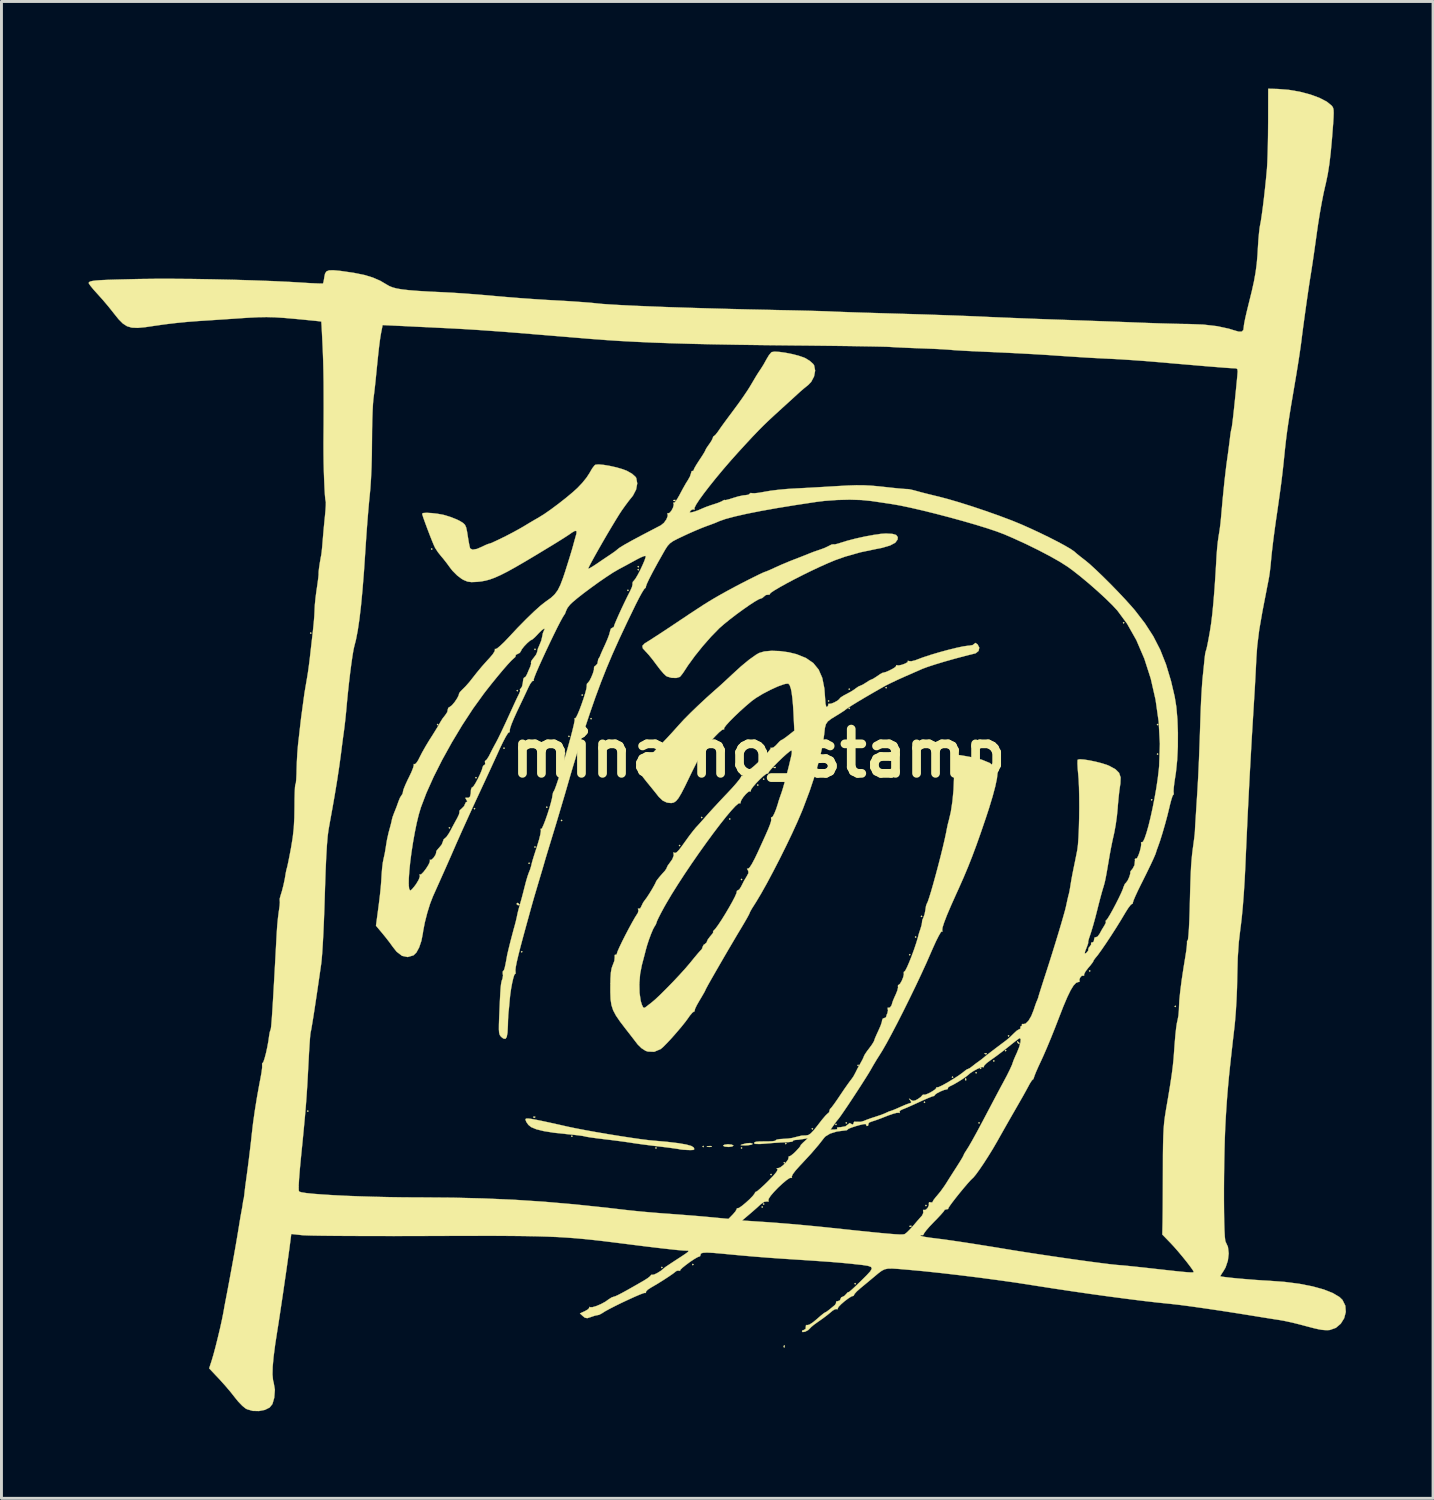
<source format=kicad_pcb>
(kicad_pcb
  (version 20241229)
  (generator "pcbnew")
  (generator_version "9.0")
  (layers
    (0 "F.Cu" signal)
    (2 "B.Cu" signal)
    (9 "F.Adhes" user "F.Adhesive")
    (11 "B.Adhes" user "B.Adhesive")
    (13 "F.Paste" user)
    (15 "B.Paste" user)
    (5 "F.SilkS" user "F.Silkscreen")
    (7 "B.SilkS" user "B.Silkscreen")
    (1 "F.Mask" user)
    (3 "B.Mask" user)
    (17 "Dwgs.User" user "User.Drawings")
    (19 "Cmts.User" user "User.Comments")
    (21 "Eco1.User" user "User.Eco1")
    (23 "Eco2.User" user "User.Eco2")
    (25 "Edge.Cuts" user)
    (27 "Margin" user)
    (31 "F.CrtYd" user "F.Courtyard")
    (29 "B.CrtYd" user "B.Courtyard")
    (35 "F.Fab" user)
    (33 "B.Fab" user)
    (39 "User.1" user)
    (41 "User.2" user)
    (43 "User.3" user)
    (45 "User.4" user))
  (footprint "minamo_stamp"
    (layer "F.Cu")
    (at 23.068 22.89)
    (property "Reference" "minamo_stamp" (at 0 0 0) (layer "F.SilkS") (effects (font (size 1.524 1.524) (thickness 0.3))))
    (attr through_hole)
    (fp_poly (pts (xy -15.494 12.319) (xy -15.519 12.344) (xy -15.545 12.319) (xy -15.519 12.294) (xy -15.494 12.319)) (stroke (width 0.01) (type solid)) (fill yes) (layer "F.SilkS"))
    (fp_poly (pts (xy -15.392 -4.14) (xy -15.418 -4.115) (xy -15.443 -4.14) (xy -15.418 -4.166) (xy -15.392 -4.14)) (stroke (width 0.01) (type solid)) (fill yes) (layer "F.SilkS"))
    (fp_poly (pts (xy -11.227 -7.036) (xy -11.252 -7.01) (xy -11.278 -7.036) (xy -11.252 -7.061) (xy -11.227 -7.036)) (stroke (width 0.01) (type solid)) (fill yes) (layer "F.SilkS"))
    (fp_poly (pts (xy -11.024 -0.991) (xy -11.049 -0.965) (xy -11.074 -0.991) (xy -11.049 -1.016) (xy -11.024 -0.991)) (stroke (width 0.01) (type solid)) (fill yes) (layer "F.SilkS"))
    (fp_poly (pts (xy -10.617 2.565) (xy -10.643 2.591) (xy -10.668 2.565) (xy -10.643 2.54) (xy -10.617 2.565)) (stroke (width 0.01) (type solid)) (fill yes) (layer "F.SilkS"))
    (fp_poly (pts (xy -9.754 1.905) (xy -9.779 1.93) (xy -9.804 1.905) (xy -9.779 1.88) (xy -9.754 1.905)) (stroke (width 0.01) (type solid)) (fill yes) (layer "F.SilkS"))
    (fp_poly (pts (xy -9.703 0.838) (xy -9.728 0.864) (xy -9.754 0.838) (xy -9.728 0.813) (xy -9.703 0.838)) (stroke (width 0.01) (type solid)) (fill yes) (layer "F.SilkS"))
    (fp_poly (pts (xy -8.738 -0.178) (xy -8.763 -0.152) (xy -8.788 -0.178) (xy -8.763 -0.203) (xy -8.738 -0.178)) (stroke (width 0.01) (type solid)) (fill yes) (layer "F.SilkS"))
    (fp_poly (pts (xy -8.28 -2.159) (xy -8.306 -2.134) (xy -8.331 -2.159) (xy -8.306 -2.184) (xy -8.28 -2.159)) (stroke (width 0.01) (type solid)) (fill yes) (layer "F.SilkS"))
    (fp_poly (pts (xy -8.128 6.833) (xy -8.153 6.858) (xy -8.179 6.833) (xy -8.153 6.807) (xy -8.128 6.833)) (stroke (width 0.01) (type solid)) (fill yes) (layer "F.SilkS"))
    (fp_poly (pts (xy -7.874 3.785) (xy -7.899 3.81) (xy -7.925 3.785) (xy -7.899 3.759) (xy -7.874 3.785)) (stroke (width 0.01) (type solid)) (fill yes) (layer "F.SilkS"))
    (fp_poly (pts (xy -7.671 -3.581) (xy -7.696 -3.556) (xy -7.722 -3.581) (xy -7.696 -3.607) (xy -7.671 -3.581)) (stroke (width 0.01) (type solid)) (fill yes) (layer "F.SilkS"))
    (fp_poly (pts (xy -7.671 3.226) (xy -7.696 3.251) (xy -7.722 3.226) (xy -7.696 3.2) (xy -7.671 3.226)) (stroke (width 0.01) (type solid)) (fill yes) (layer "F.SilkS"))
    (fp_poly (pts (xy -7.264 1.854) (xy -7.29 1.88) (xy -7.315 1.854) (xy -7.29 1.829) (xy -7.264 1.854)) (stroke (width 0.01) (type solid)) (fill yes) (layer "F.SilkS"))
    (fp_poly (pts (xy -6.756 2.311) (xy -6.782 2.337) (xy -6.807 2.311) (xy -6.782 2.286) (xy -6.756 2.311)) (stroke (width 0.01) (type solid)) (fill yes) (layer "F.SilkS"))
    (fp_poly (pts (xy -6.502 -0.584) (xy -6.528 -0.559) (xy -6.553 -0.584) (xy -6.528 -0.61) (xy -6.502 -0.584)) (stroke (width 0.01) (type solid)) (fill yes) (layer "F.SilkS"))
    (fp_poly (pts (xy -6.401 13.183) (xy -6.426 13.208) (xy -6.452 13.183) (xy -6.426 13.157) (xy -6.401 13.183)) (stroke (width 0.01) (type solid)) (fill yes) (layer "F.SilkS"))
    (fp_poly (pts (xy -6.045 -2.007) (xy -6.071 -1.981) (xy -6.096 -2.007) (xy -6.071 -2.032) (xy -6.045 -2.007)) (stroke (width 0.01) (type solid)) (fill yes) (layer "F.SilkS"))
    (fp_poly (pts (xy -5.74 -1.194) (xy -5.766 -1.168) (xy -5.791 -1.194) (xy -5.766 -1.219) (xy -5.74 -1.194)) (stroke (width 0.01) (type solid)) (fill yes) (layer "F.SilkS"))
    (fp_poly (pts (xy -4.47 -5.613) (xy -4.496 -5.588) (xy -4.521 -5.613) (xy -4.496 -5.639) (xy -4.47 -5.613)) (stroke (width 0.01) (type solid)) (fill yes) (layer "F.SilkS"))
    (fp_poly (pts (xy -4.115 -6.426) (xy -4.14 -6.401) (xy -4.166 -6.426) (xy -4.14 -6.452) (xy -4.115 -6.426)) (stroke (width 0.01) (type solid)) (fill yes) (layer "F.SilkS"))
    (fp_poly (pts (xy -4.115 -6.325) (xy -4.14 -6.299) (xy -4.166 -6.325) (xy -4.14 -6.35) (xy -4.115 -6.325)) (stroke (width 0.01) (type solid)) (fill yes) (layer "F.SilkS"))
    (fp_poly (pts (xy -3.505 13.589) (xy -3.531 13.614) (xy -3.556 13.589) (xy -3.531 13.564) (xy -3.505 13.589)) (stroke (width 0.01) (type solid)) (fill yes) (layer "F.SilkS"))
    (fp_poly (pts (xy -3.302 17.704) (xy -3.327 17.729) (xy -3.353 17.704) (xy -3.327 17.678) (xy -3.302 17.704)) (stroke (width 0.01) (type solid)) (fill yes) (layer "F.SilkS"))
    (fp_poly (pts (xy -2.692 3.175) (xy -2.718 3.2) (xy -2.743 3.175) (xy -2.718 3.15) (xy -2.692 3.175)) (stroke (width 0.01) (type solid)) (fill yes) (layer "F.SilkS"))
    (fp_poly (pts (xy -2.235 17.602) (xy -2.261 17.628) (xy -2.286 17.602) (xy -2.261 17.577) (xy -2.235 17.602)) (stroke (width 0.01) (type solid)) (fill yes) (layer "F.SilkS"))
    (fp_poly (pts (xy -1.93 2.21) (xy -1.956 2.235) (xy -1.981 2.21) (xy -1.956 2.184) (xy -1.93 2.21)) (stroke (width 0.01) (type solid)) (fill yes) (layer "F.SilkS"))
    (fp_poly (pts (xy -1.88 13.538) (xy -1.905 13.564) (xy -1.93 13.538) (xy -1.905 13.513) (xy -1.88 13.538)) (stroke (width 0.01) (type solid)) (fill yes) (layer "F.SilkS"))
    (fp_poly (pts (xy -0.965 2.261) (xy -0.991 2.286) (xy -1.016 2.261) (xy -0.991 2.235) (xy -0.965 2.261)) (stroke (width 0.01) (type solid)) (fill yes) (layer "F.SilkS"))
    (fp_poly (pts (xy -0.559 4.343) (xy -0.584 4.369) (xy -0.61 4.343) (xy -0.584 4.318) (xy -0.559 4.343)) (stroke (width 0.01) (type solid)) (fill yes) (layer "F.SilkS"))
    (fp_poly (pts (xy -0.559 13.589) (xy -0.584 13.614) (xy -0.61 13.589) (xy -0.584 13.564) (xy -0.559 13.589)) (stroke (width 0.01) (type solid)) (fill yes) (layer "F.SilkS"))
    (fp_poly (pts (xy 0 1.092) (xy -0.025 1.118) (xy -0.051 1.092) (xy -0.025 1.067) (xy 0 1.092)) (stroke (width 0.01) (type solid)) (fill yes) (layer "F.SilkS"))
    (fp_poly (pts (xy 0.152 15.621) (xy 0.127 15.646) (xy 0.102 15.621) (xy 0.127 15.596) (xy 0.152 15.621)) (stroke (width 0.01) (type solid)) (fill yes) (layer "F.SilkS"))
    (fp_poly (pts (xy 0.203 0.889) (xy 0.178 0.914) (xy 0.152 0.889) (xy 0.178 0.864) (xy 0.203 0.889)) (stroke (width 0.01) (type solid)) (fill yes) (layer "F.SilkS"))
    (fp_poly (pts (xy 0.203 15.519) (xy 0.178 15.545) (xy 0.152 15.519) (xy 0.178 15.494) (xy 0.203 15.519)) (stroke (width 0.01) (type solid)) (fill yes) (layer "F.SilkS"))
    (fp_poly (pts (xy 0.457 14.503) (xy 0.432 14.529) (xy 0.406 14.503) (xy 0.432 14.478) (xy 0.457 14.503)) (stroke (width 0.01) (type solid)) (fill yes) (layer "F.SilkS"))
    (fp_poly (pts (xy 0.914 14.097) (xy 0.889 14.122) (xy 0.864 14.097) (xy 0.889 14.072) (xy 0.914 14.097)) (stroke (width 0.01) (type solid)) (fill yes) (layer "F.SilkS"))
    (fp_poly (pts (xy 0.965 13.437) (xy 0.94 13.462) (xy 0.914 13.437) (xy 0.94 13.411) (xy 0.965 13.437)) (stroke (width 0.01) (type solid)) (fill yes) (layer "F.SilkS"))
    (fp_poly (pts (xy 1.88 12.929) (xy 1.854 12.954) (xy 1.829 12.929) (xy 1.854 12.903) (xy 1.88 12.929)) (stroke (width 0.01) (type solid)) (fill yes) (layer "F.SilkS"))
    (fp_poly (pts (xy 2.438 -1.803) (xy 2.413 -1.778) (xy 2.388 -1.803) (xy 2.413 -1.829) (xy 2.438 -1.803)) (stroke (width 0.01) (type solid)) (fill yes) (layer "F.SilkS"))
    (fp_poly (pts (xy 2.692 12.776) (xy 2.667 12.802) (xy 2.642 12.776) (xy 2.667 12.751) (xy 2.692 12.776)) (stroke (width 0.01) (type solid)) (fill yes) (layer "F.SilkS"))
    (fp_poly (pts (xy 3.048 12.725) (xy 3.023 12.751) (xy 2.997 12.725) (xy 3.023 12.7) (xy 3.048 12.725)) (stroke (width 0.01) (type solid)) (fill yes) (layer "F.SilkS"))
    (fp_poly (pts (xy 3.15 -2.21) (xy 3.124 -2.184) (xy 3.099 -2.21) (xy 3.124 -2.235) (xy 3.15 -2.21)) (stroke (width 0.01) (type solid)) (fill yes) (layer "F.SilkS"))
    (fp_poly (pts (xy 3.15 -1.549) (xy 3.124 -1.524) (xy 3.099 -1.549) (xy 3.124 -1.575) (xy 3.15 -1.549)) (stroke (width 0.01) (type solid)) (fill yes) (layer "F.SilkS"))
    (fp_poly (pts (xy 3.353 18.263) (xy 3.327 18.288) (xy 3.302 18.263) (xy 3.327 18.237) (xy 3.353 18.263)) (stroke (width 0.01) (type solid)) (fill yes) (layer "F.SilkS"))
    (fp_poly (pts (xy 3.454 10.744) (xy 3.429 10.77) (xy 3.404 10.744) (xy 3.429 10.719) (xy 3.454 10.744)) (stroke (width 0.01) (type solid)) (fill yes) (layer "F.SilkS"))
    (fp_poly (pts (xy 4.42 -2.261) (xy 4.394 -2.235) (xy 4.369 -2.261) (xy 4.394 -2.286) (xy 4.42 -2.261)) (stroke (width 0.01) (type solid)) (fill yes) (layer "F.SilkS"))
    (fp_poly (pts (xy 5.232 6.934) (xy 5.207 6.96) (xy 5.182 6.934) (xy 5.207 6.909) (xy 5.232 6.934)) (stroke (width 0.01) (type solid)) (fill yes) (layer "F.SilkS"))
    (fp_poly (pts (xy 5.436 6.325) (xy 5.41 6.35) (xy 5.385 6.325) (xy 5.41 6.299) (xy 5.436 6.325)) (stroke (width 0.01) (type solid)) (fill yes) (layer "F.SilkS"))
    (fp_poly (pts (xy 5.639 5.613) (xy 5.613 5.639) (xy 5.588 5.613) (xy 5.613 5.588) (xy 5.639 5.613)) (stroke (width 0.01) (type solid)) (fill yes) (layer "F.SilkS"))
    (fp_poly (pts (xy 5.74 12.014) (xy 5.715 12.04) (xy 5.69 12.014) (xy 5.715 11.989) (xy 5.74 12.014)) (stroke (width 0.01) (type solid)) (fill yes) (layer "F.SilkS"))
    (fp_poly (pts (xy 5.791 15.57) (xy 5.766 15.596) (xy 5.74 15.57) (xy 5.766 15.545) (xy 5.791 15.57)) (stroke (width 0.01) (type solid)) (fill yes) (layer "F.SilkS"))
    (fp_poly (pts (xy 6.706 11.151) (xy 6.68 11.176) (xy 6.655 11.151) (xy 6.68 11.125) (xy 6.706 11.151)) (stroke (width 0.01) (type solid)) (fill yes) (layer "F.SilkS"))
    (fp_poly (pts (xy 7.518 10.998) (xy 7.493 11.024) (xy 7.468 10.998) (xy 7.493 10.973) (xy 7.518 10.998)) (stroke (width 0.01) (type solid)) (fill yes) (layer "F.SilkS"))
    (fp_poly (pts (xy 7.62 12.725) (xy 7.595 12.751) (xy 7.569 12.725) (xy 7.595 12.7) (xy 7.62 12.725)) (stroke (width 0.01) (type solid)) (fill yes) (layer "F.SilkS"))
    (fp_poly (pts (xy 7.671 10.846) (xy 7.645 10.871) (xy 7.62 10.846) (xy 7.645 10.82) (xy 7.671 10.846)) (stroke (width 0.01) (type solid)) (fill yes) (layer "F.SilkS"))
    (fp_poly (pts (xy 8.128 10.592) (xy 8.103 10.617) (xy 8.077 10.592) (xy 8.103 10.566) (xy 8.128 10.592)) (stroke (width 0.01) (type solid)) (fill yes) (layer "F.SilkS"))
    (fp_poly (pts (xy 8.534 10.236) (xy 8.509 10.262) (xy 8.484 10.236) (xy 8.509 10.211) (xy 8.534 10.236)) (stroke (width 0.01) (type solid)) (fill yes) (layer "F.SilkS"))
    (fp_poly (pts (xy 8.636 9.728) (xy 8.611 9.754) (xy 8.585 9.728) (xy 8.611 9.703) (xy 8.636 9.728)) (stroke (width 0.01) (type solid)) (fill yes) (layer "F.SilkS"))
    (fp_poly (pts (xy 11.43 7.493) (xy 11.405 7.518) (xy 11.379 7.493) (xy 11.405 7.468) (xy 11.43 7.493)) (stroke (width 0.01) (type solid)) (fill yes) (layer "F.SilkS"))
    (fp_poly (pts (xy 12.598 -4.496) (xy 12.573 -4.47) (xy 12.548 -4.496) (xy 12.573 -4.521) (xy 12.598 -4.496)) (stroke (width 0.01) (type solid)) (fill yes) (layer "F.SilkS"))
    (fp_poly (pts (xy 13.564 1.6) (xy 13.538 1.626) (xy 13.513 1.6) (xy 13.538 1.575) (xy 13.564 1.6)) (stroke (width 0.01) (type solid)) (fill yes) (layer "F.SilkS"))
    (fp_poly (pts (xy 13.767 -0.991) (xy 13.741 -0.965) (xy 13.716 -0.991) (xy 13.741 -1.016) (xy 13.767 -0.991)) (stroke (width 0.01) (type solid)) (fill yes) (layer "F.SilkS"))
    (fp_poly (pts (xy 13.767 0.025) (xy 13.741 0.051) (xy 13.716 0.025) (xy 13.741 0) (xy 13.767 0.025)) (stroke (width 0.01) (type solid)) (fill yes) (layer "F.SilkS"))
    (fp_poly (pts (xy 14.376 8.712) (xy 14.351 8.738) (xy 14.326 8.712) (xy 14.351 8.687) (xy 14.376 8.712)) (stroke (width 0.01) (type solid)) (fill yes) (layer "F.SilkS"))
    (fp_poly (pts (xy -7.688 12.514) (xy -7.695 12.544) (xy -7.722 12.548) (xy -7.763 12.529) (xy -7.755 12.514) (xy -7.695 12.508) (xy -7.688 12.514)) (stroke (width 0.01) (type solid)) (fill yes) (layer "F.SilkS"))
    (fp_poly (pts (xy -2.862 -8.721) (xy -2.869 -8.69) (xy -2.896 -8.687) (xy -2.937 -8.705) (xy -2.929 -8.721) (xy -2.869 -8.727) (xy -2.862 -8.721)) (stroke (width 0.01) (type solid)) (fill yes) (layer "F.SilkS"))
    (fp_poly (pts (xy 0.593 0.474) (xy 0.586 0.504) (xy 0.559 0.508) (xy 0.517 0.489) (xy 0.525 0.474) (xy 0.585 0.468) (xy 0.593 0.474)) (stroke (width 0.01) (type solid)) (fill yes) (layer "F.SilkS"))
    (fp_poly (pts (xy 0.897 20.388) (xy 0.904 20.448) (xy 0.897 20.455) (xy 0.867 20.448) (xy 0.864 20.422) (xy 0.882 20.38) (xy 0.897 20.388)) (stroke (width 0.01) (type solid)) (fill yes) (layer "F.SilkS"))
    (fp_poly (pts (xy 5.266 16.273) (xy 5.259 16.303) (xy 5.232 16.307) (xy 5.191 16.288) (xy 5.199 16.273) (xy 5.259 16.267) (xy 5.266 16.273)) (stroke (width 0.01) (type solid)) (fill yes) (layer "F.SilkS"))
    (fp_poly (pts (xy 7.146 11.193) (xy 7.152 11.253) (xy 7.146 11.261) (xy 7.116 11.254) (xy 7.112 11.227) (xy 7.131 11.185) (xy 7.146 11.193)) (stroke (width 0.01) (type solid)) (fill yes) (layer "F.SilkS"))
    (fp_poly (pts (xy 7.857 10.329) (xy 7.85 10.36) (xy 7.823 10.363) (xy 7.781 10.345) (xy 7.789 10.329) (xy 7.85 10.323) (xy 7.857 10.329)) (stroke (width 0.01) (type solid)) (fill yes) (layer "F.SilkS"))
    (fp_poly (pts (xy 8.933 9.927) (xy 8.987 9.978) (xy 8.976 10.007) (xy 8.969 10.008) (xy 8.926 9.972) (xy 8.911 9.949) (xy 8.905 9.914) (xy 8.933 9.927)) (stroke (width 0.01) (type solid)) (fill yes) (layer "F.SilkS"))
    (fp_poly (pts (xy -8.28 5.156) (xy -8.232 5.202) (xy -8.23 5.21) (xy -8.269 5.232) (xy -8.28 5.232) (xy -8.329 5.193) (xy -8.331 5.179) (xy -8.3 5.148) (xy -8.28 5.156)) (stroke (width 0.01) (type solid)) (fill yes) (layer "F.SilkS"))
    (fp_poly (pts (xy -6.655 -0.011) (xy -6.655 0) (xy -6.694 0.049) (xy -6.709 0.051) (xy -6.739 0.02) (xy -6.731 0) (xy -6.685 -0.048) (xy -6.677 -0.051) (xy -6.655 -0.011)) (stroke (width 0.01) (type solid)) (fill yes) (layer "F.SilkS"))
    (fp_poly (pts (xy -1.612 13.53) (xy -1.61 13.547) (xy -1.69 13.554) (xy -1.702 13.554) (xy -1.781 13.546) (xy -1.773 13.531) (xy -1.764 13.528) (xy -1.654 13.521) (xy -1.612 13.53)) (stroke (width 0.01) (type solid)) (fill yes) (layer "F.SilkS"))
    (fp_poly (pts (xy -0.21 13.437) (xy -0.203 13.453) (xy -0.249 13.478) (xy -0.365 13.495) (xy -0.445 13.5) (xy -0.577 13.5) (xy -0.617 13.49) (xy -0.572 13.468) (xy -0.559 13.464) (xy -0.41 13.427) (xy -0.283 13.418) (xy -0.21 13.437)) (stroke (width 0.01) (type solid)) (fill yes) (layer "F.SilkS"))
    (fp_poly (pts (xy -0.924 13.473) (xy -0.865 13.502) (xy -0.864 13.508) (xy -0.908 13.538) (xy -1.018 13.553) (xy -1.041 13.553) (xy -1.159 13.542) (xy -1.218 13.514) (xy -1.219 13.508) (xy -1.175 13.477) (xy -1.065 13.462) (xy -1.041 13.462) (xy -0.924 13.473)) (stroke (width 0.01) (type solid)) (fill yes) (layer "F.SilkS"))
    (fp_poly (pts (xy -7.834 12.586) (xy -7.682 12.613) (xy -7.468 12.656) (xy -7.181 12.718) (xy -6.811 12.8) (xy -6.579 12.853) (xy -6.302 12.911) (xy -5.962 12.976) (xy -5.58 13.045) (xy -5.176 13.114) (xy -4.772 13.179) (xy -4.389 13.238) (xy -4.047 13.287) (xy -3.767 13.322) (xy -3.607 13.337) (xy -3.14 13.378) (xy -2.767 13.423) (xy -2.49 13.47) (xy -2.31 13.521) (xy -2.23 13.574) (xy -2.23 13.574) (xy -2.21 13.629) (xy -2.239 13.655) (xy -2.339 13.661) (xy -2.436 13.658) (xy -2.585 13.65) (xy -2.684 13.64) (xy -2.706 13.635) (xy -2.759 13.624) (xy -2.894 13.604) (xy -3.092 13.577) (xy -3.335 13.547) (xy -3.405 13.539) (xy -3.69 13.504) (xy -3.97 13.468) (xy -4.212 13.435) (xy -4.386 13.409) (xy -4.394 13.407) (xy -4.569 13.381) (xy -4.812 13.348) (xy -5.087 13.313) (xy -5.323 13.285) (xy -5.565 13.255) (xy -5.769 13.227) (xy -5.916 13.204) (xy -5.983 13.189) (xy -5.984 13.189) (xy -6.048 13.175) (xy -6.19 13.155) (xy -6.391 13.132) (xy -6.619 13.109) (xy -7.055 13.062) (xy -7.396 13.007) (xy -7.651 12.944) (xy -7.826 12.871) (xy -7.924 12.793) (xy -7.996 12.689) (xy -8.025 12.612) (xy -8.019 12.589) (xy -7.992 12.576) (xy -7.933 12.574) (xy -7.834 12.586)) (stroke (width 0.01) (type solid)) (fill yes) (layer "F.SilkS"))
    (fp_poly (pts (xy 4.609 -7.557) (xy 4.741 -7.518) (xy 4.795 -7.445) (xy 4.789 -7.363) (xy 4.708 -7.252) (xy 4.527 -7.156) (xy 4.245 -7.074) (xy 4.039 -7.034) (xy 3.51 -6.923) (xy 2.987 -6.775) (xy 2.642 -6.653) (xy 2.403 -6.554) (xy 2.13 -6.432) (xy 1.838 -6.295) (xy 1.539 -6.149) (xy 1.248 -6.001) (xy 0.978 -5.858) (xy 0.744 -5.728) (xy 0.557 -5.618) (xy 0.433 -5.535) (xy 0.384 -5.485) (xy 0.385 -5.48) (xy 0.373 -5.456) (xy 0.341 -5.464) (xy 0.254 -5.452) (xy 0.205 -5.413) (xy 0.127 -5.347) (xy 0.087 -5.334) (xy 0.007 -5.304) (xy -0.135 -5.222) (xy -0.322 -5.1) (xy -0.537 -4.949) (xy -0.765 -4.783) (xy -0.986 -4.613) (xy -1.186 -4.451) (xy -1.348 -4.31) (xy -1.364 -4.294) (xy -1.636 -4.015) (xy -1.922 -3.689) (xy -2.195 -3.349) (xy -2.428 -3.028) (xy -2.514 -2.896) (xy -2.605 -2.759) (xy -2.683 -2.659) (xy -2.713 -2.63) (xy -2.835 -2.595) (xy -2.997 -2.601) (xy -3.146 -2.645) (xy -3.184 -2.667) (xy -3.266 -2.744) (xy -3.382 -2.878) (xy -3.507 -3.042) (xy -3.52 -3.06) (xy -3.651 -3.234) (xy -3.778 -3.39) (xy -3.876 -3.497) (xy -3.881 -3.501) (xy -3.984 -3.615) (xy -3.999 -3.701) (xy -3.923 -3.782) (xy -3.838 -3.835) (xy -3.745 -3.893) (xy -3.583 -3.998) (xy -3.366 -4.139) (xy -3.11 -4.308) (xy -2.829 -4.495) (xy -2.708 -4.576) (xy -2.373 -4.8) (xy -2.103 -4.977) (xy -1.882 -5.121) (xy -1.689 -5.241) (xy -1.508 -5.349) (xy -1.32 -5.457) (xy -1.106 -5.576) (xy -1.016 -5.625) (xy -0.818 -5.732) (xy -0.596 -5.848) (xy -0.368 -5.965) (xy -0.153 -6.073) (xy 0.03 -6.163) (xy 0.161 -6.224) (xy 0.222 -6.248) (xy 0.223 -6.248) (xy 0.282 -6.269) (xy 0.407 -6.322) (xy 0.569 -6.397) (xy 0.573 -6.398) (xy 0.794 -6.498) (xy 1.05 -6.605) (xy 1.245 -6.682) (xy 1.443 -6.758) (xy 1.625 -6.83) (xy 1.751 -6.881) (xy 1.753 -6.882) (xy 1.905 -6.941) (xy 2.082 -7.002) (xy 2.108 -7.01) (xy 2.27 -7.069) (xy 2.41 -7.135) (xy 2.43 -7.147) (xy 2.525 -7.193) (xy 2.574 -7.196) (xy 2.634 -7.195) (xy 2.751 -7.225) (xy 2.796 -7.24) (xy 3.044 -7.317) (xy 3.339 -7.394) (xy 3.65 -7.463) (xy 3.95 -7.519) (xy 4.209 -7.557) (xy 4.388 -7.569) (xy 4.609 -7.557)) (stroke (width 0.01) (type solid)) (fill yes) (layer "F.SilkS"))
    (fp_poly (pts (xy 7.543 -3.752) (xy 7.602 -3.64) (xy 7.578 -3.526) (xy 7.48 -3.447) (xy 7.453 -3.439) (xy 7.104 -3.352) (xy 6.746 -3.256) (xy 6.399 -3.158) (xy 6.086 -3.063) (xy 5.825 -2.978) (xy 5.639 -2.909) (xy 5.613 -2.897) (xy 5.525 -2.858) (xy 5.369 -2.79) (xy 5.17 -2.702) (xy 5.029 -2.641) (xy 4.796 -2.536) (xy 4.571 -2.429) (xy 4.387 -2.338) (xy 4.318 -2.3) (xy 3.985 -2.11) (xy 3.68 -1.933) (xy 3.418 -1.777) (xy 3.21 -1.649) (xy 3.07 -1.559) (xy 3.023 -1.524) (xy 2.919 -1.448) (xy 2.77 -1.352) (xy 2.692 -1.305) (xy 2.506 -1.191) (xy 2.388 -1.101) (xy 2.321 -1.004) (xy 2.286 -0.874) (xy 2.264 -0.682) (xy 2.262 -0.659) (xy 2.204 -0.262) (xy 2.098 0.207) (xy 1.949 0.731) (xy 1.761 1.295) (xy 1.539 1.884) (xy 1.49 2.006) (xy 1.339 2.358) (xy 1.156 2.759) (xy 0.949 3.191) (xy 0.729 3.634) (xy 0.505 4.068) (xy 0.289 4.474) (xy 0.088 4.832) (xy -0.086 5.123) (xy -0.139 5.206) (xy -0.228 5.347) (xy -0.288 5.454) (xy -0.305 5.496) (xy -0.33 5.552) (xy -0.397 5.675) (xy -0.496 5.846) (xy -0.59 6.005) (xy -0.724 6.227) (xy -0.876 6.485) (xy -1.04 6.763) (xy -1.207 7.05) (xy -1.369 7.33) (xy -1.518 7.589) (xy -1.647 7.815) (xy -1.747 7.993) (xy -1.81 8.11) (xy -1.829 8.151) (xy -1.853 8.204) (xy -1.919 8.319) (xy -2.011 8.475) (xy -2.028 8.503) (xy -2.12 8.663) (xy -2.181 8.788) (xy -2.2 8.856) (xy -2.198 8.86) (xy -2.205 8.888) (xy -2.22 8.89) (xy -2.277 8.929) (xy -2.361 9.028) (xy -2.408 9.095) (xy -2.512 9.238) (xy -2.656 9.418) (xy -2.824 9.615) (xy -2.996 9.811) (xy -3.158 9.984) (xy -3.289 10.116) (xy -3.37 10.184) (xy -3.592 10.277) (xy -3.811 10.269) (xy -3.89 10.242) (xy -4.032 10.15) (xy -4.157 10.027) (xy -4.158 10.027) (xy -4.239 9.921) (xy -4.362 9.762) (xy -4.504 9.579) (xy -4.566 9.5) (xy -4.766 9.238) (xy -4.909 9.029) (xy -5.005 8.847) (xy -5.063 8.669) (xy -5.093 8.469) (xy -5.102 8.223) (xy -5.102 8.052) (xy -5.1 7.93) (xy -4.103 7.93) (xy -4.096 8.251) (xy -4.055 8.529) (xy -4.017 8.654) (xy -3.971 8.75) (xy -3.923 8.763) (xy -3.874 8.73) (xy -3.762 8.642) (xy -3.687 8.585) (xy -3.558 8.476) (xy -3.38 8.308) (xy -3.17 8.099) (xy -2.945 7.869) (xy -2.724 7.634) (xy -2.524 7.413) (xy -2.362 7.224) (xy -2.333 7.188) (xy -2.194 7.017) (xy -2.076 6.877) (xy -1.996 6.788) (xy -1.97 6.765) (xy -1.934 6.706) (xy -1.93 6.674) (xy -1.889 6.593) (xy -1.854 6.572) (xy -1.787 6.514) (xy -1.778 6.484) (xy -1.746 6.411) (xy -1.667 6.306) (xy -1.649 6.286) (xy -1.576 6.197) (xy -1.555 6.149) (xy -1.56 6.146) (xy -1.566 6.124) (xy -1.547 6.108) (xy -1.481 6.037) (xy -1.384 5.904) (xy -1.266 5.726) (xy -1.14 5.523) (xy -1.015 5.311) (xy -0.902 5.11) (xy -0.813 4.939) (xy -0.758 4.814) (xy -0.747 4.756) (xy -0.748 4.755) (xy -0.739 4.727) (xy -0.717 4.724) (xy -0.658 4.682) (xy -0.593 4.579) (xy -0.584 4.559) (xy -0.501 4.394) (xy -0.411 4.244) (xy -0.347 4.126) (xy -0.352 4.047) (xy -0.367 4.025) (xy -0.397 3.973) (xy -0.358 3.972) (xy -0.309 3.934) (xy -0.229 3.812) (xy -0.125 3.616) (xy -0.032 3.422) (xy 0.129 3.069) (xy 0.252 2.797) (xy 0.34 2.595) (xy 0.397 2.45) (xy 0.429 2.351) (xy 0.44 2.288) (xy 0.434 2.249) (xy 0.433 2.202) (xy 0.452 2.207) (xy 0.49 2.178) (xy 0.545 2.074) (xy 0.608 1.918) (xy 0.668 1.733) (xy 0.683 1.676) (xy 0.712 1.585) (xy 0.762 1.441) (xy 0.787 1.372) (xy 0.837 1.217) (xy 0.902 0.99) (xy 0.975 0.717) (xy 1.049 0.425) (xy 1.116 0.141) (xy 1.14 0.038) (xy 1.15 -0.062) (xy 1.131 -0.102) (xy 1.073 -0.068) (xy 0.966 0.02) (xy 0.829 0.144) (xy 0.681 0.286) (xy 0.541 0.428) (xy 0.426 0.552) (xy 0.356 0.638) (xy 0.344 0.667) (xy 0.329 0.698) (xy 0.315 0.692) (xy 0.26 0.711) (xy 0.162 0.787) (xy 0.041 0.899) (xy -0.082 1.027) (xy -0.188 1.149) (xy -0.256 1.246) (xy -0.268 1.294) (xy -0.264 1.314) (xy -0.286 1.304) (xy -0.345 1.322) (xy -0.432 1.398) (xy -0.523 1.505) (xy -0.593 1.613) (xy -0.62 1.693) (xy -0.618 1.702) (xy -0.626 1.726) (xy -0.638 1.716) (xy -0.693 1.728) (xy -0.796 1.817) (xy -0.94 1.973) (xy -1.12 2.186) (xy -1.327 2.448) (xy -1.555 2.748) (xy -1.798 3.079) (xy -2.048 3.429) (xy -2.299 3.791) (xy -2.544 4.155) (xy -2.776 4.512) (xy -2.989 4.851) (xy -3.175 5.165) (xy -3.239 5.277) (xy -3.348 5.478) (xy -3.436 5.649) (xy -3.492 5.768) (xy -3.507 5.812) (xy -3.536 5.893) (xy -3.581 5.964) (xy -3.633 6.06) (xy -3.701 6.222) (xy -3.774 6.418) (xy -3.839 6.617) (xy -3.886 6.786) (xy -3.909 6.879) (xy -3.951 7.04) (xy -4.003 7.237) (xy -4.017 7.29) (xy -4.077 7.598) (xy -4.103 7.93) (xy -5.1 7.93) (xy -5.097 7.758) (xy -5.083 7.546) (xy -5.057 7.397) (xy -5.019 7.29) (xy -5.015 7.283) (xy -4.963 7.144) (xy -4.951 7.021) (xy -4.952 7.015) (xy -4.951 6.942) (xy -4.925 6.936) (xy -4.882 6.925) (xy -4.877 6.898) (xy -4.854 6.823) (xy -4.791 6.68) (xy -4.7 6.489) (xy -4.59 6.27) (xy -4.472 6.045) (xy -4.357 5.833) (xy -4.256 5.655) (xy -4.178 5.531) (xy -4.156 5.501) (xy -4.132 5.413) (xy -4.144 5.379) (xy -4.152 5.342) (xy -4.126 5.352) (xy -4.072 5.338) (xy -4.036 5.271) (xy -3.974 5.141) (xy -3.913 5.055) (xy -3.848 4.968) (xy -3.761 4.835) (xy -3.669 4.685) (xy -3.59 4.546) (xy -3.539 4.447) (xy -3.53 4.42) (xy -3.499 4.369) (xy -3.421 4.27) (xy -3.32 4.152) (xy -3.222 4.045) (xy -3.167 3.963) (xy -3.159 3.937) (xy -3.122 3.86) (xy -3.078 3.801) (xy -2.97 3.65) (xy -2.919 3.519) (xy -2.926 3.446) (xy -2.932 3.411) (xy -2.914 3.418) (xy -2.869 3.431) (xy -2.817 3.407) (xy -2.745 3.334) (xy -2.641 3.199) (xy -2.515 3.023) (xy -2.382 2.839) (xy -2.253 2.672) (xy -2.153 2.551) (xy -2.136 2.533) (xy -2.03 2.418) (xy -1.895 2.266) (xy -1.803 2.16) (xy -1.692 2.035) (xy -1.53 1.858) (xy -1.337 1.65) (xy -1.133 1.434) (xy -1.083 1.382) (xy -0.903 1.189) (xy -0.755 1.02) (xy -0.649 0.888) (xy -0.598 0.809) (xy -0.596 0.794) (xy -0.591 0.771) (xy -0.566 0.783) (xy -0.502 0.776) (xy -0.477 0.74) (xy -0.412 0.67) (xy -0.373 0.66) (xy -0.324 0.634) (xy -0.33 0.61) (xy -0.333 0.562) (xy -0.32 0.559) (xy -0.26 0.526) (xy -0.154 0.44) (xy -0.021 0.318) (xy 0.12 0.179) (xy 0.252 0.042) (xy 0.356 -0.076) (xy 0.414 -0.155) (xy 0.419 -0.178) (xy 0.416 -0.197) (xy 0.44 -0.186) (xy 0.507 -0.199) (xy 0.601 -0.275) (xy 0.627 -0.305) (xy 0.717 -0.402) (xy 0.78 -0.454) (xy 0.79 -0.457) (xy 0.846 -0.486) (xy 0.952 -0.561) (xy 1.029 -0.62) (xy 1.234 -0.782) (xy 1.204 -1.403) (xy 1.188 -1.665) (xy 1.165 -1.91) (xy 1.139 -2.109) (xy 1.115 -2.225) (xy 1.072 -2.351) (xy 1.025 -2.401) (xy 0.941 -2.395) (xy 0.87 -2.377) (xy 0.663 -2.303) (xy 0.41 -2.187) (xy 0.148 -2.05) (xy -0.085 -1.909) (xy -0.229 -1.805) (xy -0.437 -1.629) (xy -0.643 -1.444) (xy -0.834 -1.262) (xy -0.996 -1.099) (xy -1.116 -0.966) (xy -1.18 -0.878) (xy -1.186 -0.851) (xy -1.184 -0.82) (xy -1.203 -0.828) (xy -1.257 -0.806) (xy -1.361 -0.719) (xy -1.499 -0.58) (xy -1.659 -0.404) (xy -1.826 -0.206) (xy -1.878 -0.14) (xy -1.935 -0.05) (xy -2.026 0.114) (xy -2.14 0.334) (xy -2.27 0.593) (xy -2.385 0.83) (xy -2.537 1.144) (xy -2.657 1.376) (xy -2.754 1.539) (xy -2.838 1.641) (xy -2.919 1.695) (xy -3.007 1.712) (xy -3.112 1.701) (xy -3.161 1.692) (xy -3.299 1.626) (xy -3.434 1.498) (xy -3.445 1.484) (xy -3.545 1.357) (xy -3.683 1.186) (xy -3.83 1.006) (xy -3.848 0.985) (xy -3.972 0.827) (xy -4.065 0.693) (xy -4.112 0.606) (xy -4.115 0.593) (xy -4.078 0.509) (xy -3.97 0.362) (xy -3.796 0.157) (xy -3.561 -0.099) (xy -3.354 -0.314) (xy -3.161 -0.515) (xy -2.953 -0.74) (xy -2.771 -0.943) (xy -2.744 -0.974) (xy -2.573 -1.16) (xy -2.342 -1.393) (xy -2.072 -1.653) (xy -1.782 -1.923) (xy -1.491 -2.183) (xy -1.397 -2.265) (xy -1.289 -2.362) (xy -1.136 -2.503) (xy -0.965 -2.662) (xy -0.914 -2.71) (xy -0.601 -2.996) (xy -0.321 -3.227) (xy -0.086 -3.394) (xy 0.02 -3.455) (xy 0.201 -3.509) (xy 0.449 -3.531) (xy 0.737 -3.521) (xy 1.037 -3.48) (xy 1.308 -3.414) (xy 1.633 -3.283) (xy 1.885 -3.11) (xy 2.07 -2.884) (xy 2.196 -2.595) (xy 2.268 -2.232) (xy 2.293 -1.891) (xy 2.307 -1.703) (xy 2.334 -1.605) (xy 2.358 -1.592) (xy 2.4 -1.651) (xy 2.399 -1.674) (xy 2.414 -1.712) (xy 2.433 -1.705) (xy 2.501 -1.71) (xy 2.61 -1.753) (xy 2.719 -1.814) (xy 2.787 -1.872) (xy 2.794 -1.889) (xy 2.835 -1.929) (xy 2.941 -1.995) (xy 3.023 -2.038) (xy 3.177 -2.121) (xy 3.304 -2.202) (xy 3.342 -2.232) (xy 3.443 -2.302) (xy 3.504 -2.327) (xy 3.592 -2.366) (xy 3.709 -2.439) (xy 3.713 -2.441) (xy 3.817 -2.509) (xy 3.884 -2.54) (xy 3.886 -2.54) (xy 3.947 -2.567) (xy 4.052 -2.634) (xy 4.082 -2.654) (xy 4.19 -2.728) (xy 4.26 -2.768) (xy 4.267 -2.77) (xy 4.365 -2.794) (xy 4.492 -2.846) (xy 4.618 -2.91) (xy 4.711 -2.97) (xy 4.741 -3.011) (xy 4.741 -3.012) (xy 4.74 -3.041) (xy 4.758 -3.033) (xy 4.83 -3.026) (xy 4.939 -3.05) (xy 5.05 -3.091) (xy 5.13 -3.137) (xy 5.144 -3.174) (xy 5.143 -3.192) (xy 5.173 -3.177) (xy 5.261 -3.17) (xy 5.392 -3.202) (xy 5.427 -3.215) (xy 5.65 -3.299) (xy 5.922 -3.389) (xy 6.22 -3.478) (xy 6.521 -3.56) (xy 6.803 -3.63) (xy 7.042 -3.681) (xy 7.216 -3.706) (xy 7.256 -3.708) (xy 7.371 -3.727) (xy 7.432 -3.772) (xy 7.47 -3.803) (xy 7.543 -3.752)) (stroke (width 0.01) (type solid)) (fill yes) (layer "F.SilkS"))
    (fp_poly (pts (xy 17.882 -22.876) (xy 18.26 -22.846) (xy 18.639 -22.781) (xy 18.997 -22.687) (xy 19.313 -22.571) (xy 19.568 -22.439) (xy 19.732 -22.306) (xy 19.764 -22.266) (xy 19.787 -22.22) (xy 19.801 -22.153) (xy 19.805 -22.051) (xy 19.8 -21.9) (xy 19.787 -21.685) (xy 19.764 -21.392) (xy 19.747 -21.17) (xy 19.703 -20.692) (xy 19.656 -20.292) (xy 19.601 -19.945) (xy 19.535 -19.627) (xy 19.512 -19.533) (xy 19.454 -19.274) (xy 19.39 -18.946) (xy 19.325 -18.58) (xy 19.266 -18.209) (xy 19.23 -17.958) (xy 19.183 -17.62) (xy 19.135 -17.282) (xy 19.09 -16.972) (xy 19.051 -16.715) (xy 19.027 -16.561) (xy 18.981 -16.275) (xy 18.927 -15.917) (xy 18.869 -15.515) (xy 18.811 -15.098) (xy 18.756 -14.695) (xy 18.709 -14.334) (xy 18.693 -14.199) (xy 18.664 -13.987) (xy 18.623 -13.705) (xy 18.573 -13.383) (xy 18.519 -13.05) (xy 18.49 -12.878) (xy 18.408 -12.393) (xy 18.34 -11.992) (xy 18.286 -11.659) (xy 18.243 -11.378) (xy 18.207 -11.133) (xy 18.177 -10.907) (xy 18.151 -10.685) (xy 18.125 -10.451) (xy 18.111 -10.312) (xy 18.082 -10.027) (xy 18.055 -9.779) (xy 18.028 -9.546) (xy 17.999 -9.31) (xy 17.964 -9.051) (xy 17.922 -8.748) (xy 17.87 -8.382) (xy 17.814 -8.001) (xy 17.769 -7.676) (xy 17.726 -7.35) (xy 17.69 -7.049) (xy 17.663 -6.805) (xy 17.654 -6.706) (xy 17.632 -6.471) (xy 17.606 -6.245) (xy 17.58 -6.069) (xy 17.575 -6.045) (xy 17.552 -5.921) (xy 17.512 -5.719) (xy 17.462 -5.458) (xy 17.404 -5.162) (xy 17.352 -4.892) (xy 17.242 -4.26) (xy 17.172 -3.7) (xy 17.143 -3.292) (xy 17.128 -2.983) (xy 17.109 -2.615) (xy 17.088 -2.229) (xy 17.066 -1.869) (xy 17.062 -1.803) (xy 16.981 -0.472) (xy 16.909 0.822) (xy 16.843 2.122) (xy 16.781 3.469) (xy 16.762 3.912) (xy 16.739 4.369) (xy 16.71 4.826) (xy 16.677 5.258) (xy 16.641 5.64) (xy 16.605 5.949) (xy 16.598 5.994) (xy 16.538 6.503) (xy 16.501 7.045) (xy 16.485 7.654) (xy 16.484 7.696) (xy 16.477 8.068) (xy 16.46 8.47) (xy 16.437 8.866) (xy 16.409 9.218) (xy 16.391 9.398) (xy 16.328 9.94) (xy 16.277 10.398) (xy 16.234 10.788) (xy 16.199 11.126) (xy 16.171 11.428) (xy 16.146 11.711) (xy 16.125 11.991) (xy 16.105 12.285) (xy 16.089 12.548) (xy 16.071 12.886) (xy 16.056 13.268) (xy 16.045 13.682) (xy 16.036 14.115) (xy 16.03 14.554) (xy 16.027 14.988) (xy 16.027 15.403) (xy 16.03 15.788) (xy 16.035 16.13) (xy 16.044 16.417) (xy 16.056 16.636) (xy 16.071 16.776) (xy 16.084 16.82) (xy 16.164 16.994) (xy 16.19 17.22) (xy 16.162 17.466) (xy 16.083 17.701) (xy 16.021 17.809) (xy 15.947 17.923) (xy 15.904 17.994) (xy 15.9 18.004) (xy 15.948 18.018) (xy 16.079 18.036) (xy 16.275 18.059) (xy 16.518 18.083) (xy 16.789 18.106) (xy 17.071 18.129) (xy 17.346 18.148) (xy 17.577 18.161) (xy 18.122 18.201) (xy 18.625 18.266) (xy 19.075 18.354) (xy 19.463 18.461) (xy 19.776 18.585) (xy 20.006 18.722) (xy 20.108 18.821) (xy 20.206 19.02) (xy 20.222 19.237) (xy 20.166 19.451) (xy 20.049 19.639) (xy 19.881 19.782) (xy 19.673 19.856) (xy 19.589 19.862) (xy 19.49 19.859) (xy 19.394 19.85) (xy 19.282 19.83) (xy 19.132 19.796) (xy 18.925 19.742) (xy 18.64 19.666) (xy 18.635 19.665) (xy 18.392 19.604) (xy 18.134 19.548) (xy 17.924 19.51) (xy 17.717 19.478) (xy 17.459 19.437) (xy 17.199 19.395) (xy 17.145 19.386) (xy 16.512 19.284) (xy 15.919 19.192) (xy 15.377 19.112) (xy 14.898 19.044) (xy 14.494 18.991) (xy 14.176 18.955) (xy 14.122 18.95) (xy 13.715 18.908) (xy 13.224 18.851) (xy 12.67 18.781) (xy 12.068 18.702) (xy 11.438 18.615) (xy 10.796 18.522) (xy 10.162 18.427) (xy 9.551 18.332) (xy 9.398 18.308) (xy 8.852 18.223) (xy 8.238 18.137) (xy 7.586 18.05) (xy 6.922 17.968) (xy 6.273 17.893) (xy 5.668 17.829) (xy 5.133 17.78) (xy 5.098 17.777) (xy 4.812 17.753) (xy 4.606 17.74) (xy 4.456 17.743) (xy 4.342 17.767) (xy 4.24 17.819) (xy 4.128 17.902) (xy 3.985 18.022) (xy 3.958 18.044) (xy 3.78 18.193) (xy 3.585 18.354) (xy 3.505 18.42) (xy 3.384 18.528) (xy 3.307 18.614) (xy 3.289 18.651) (xy 3.27 18.683) (xy 3.261 18.682) (xy 3.197 18.702) (xy 3.09 18.77) (xy 2.964 18.865) (xy 2.845 18.968) (xy 2.758 19.058) (xy 2.727 19.114) (xy 2.728 19.117) (xy 2.726 19.144) (xy 2.707 19.135) (xy 2.634 19.14) (xy 2.551 19.191) (xy 2.377 19.335) (xy 2.227 19.449) (xy 2.051 19.573) (xy 2.042 19.579) (xy 1.91 19.674) (xy 1.815 19.754) (xy 1.789 19.782) (xy 1.711 19.859) (xy 1.609 19.913) (xy 1.524 19.928) (xy 1.498 19.913) (xy 1.51 19.87) (xy 1.546 19.863) (xy 1.621 19.822) (xy 1.633 19.706) (xy 1.632 19.7) (xy 1.664 19.681) (xy 1.691 19.688) (xy 1.758 19.668) (xy 1.873 19.594) (xy 2.008 19.483) (xy 2.14 19.367) (xy 2.242 19.285) (xy 2.291 19.253) (xy 2.339 19.23) (xy 2.438 19.156) (xy 2.6 19.022) (xy 2.63 18.997) (xy 2.673 18.929) (xy 2.669 18.9) (xy 2.686 18.868) (xy 2.73 18.865) (xy 2.804 18.835) (xy 2.818 18.796) (xy 2.852 18.728) (xy 2.881 18.72) (xy 2.956 18.683) (xy 3.019 18.618) (xy 3.076 18.556) (xy 3.097 18.555) (xy 3.131 18.537) (xy 3.223 18.458) (xy 3.359 18.332) (xy 3.525 18.171) (xy 3.542 18.154) (xy 3.727 17.97) (xy 3.849 17.837) (xy 3.901 17.746) (xy 3.877 17.686) (xy 3.771 17.647) (xy 3.577 17.617) (xy 3.29 17.586) (xy 3.221 17.578) (xy 3.052 17.561) (xy 2.882 17.545) (xy 2.698 17.529) (xy 2.487 17.512) (xy 2.236 17.494) (xy 1.932 17.473) (xy 1.56 17.448) (xy 1.109 17.419) (xy 0.787 17.398) (xy 0.374 17.369) (xy -0.102 17.332) (xy -0.602 17.289) (xy -1.09 17.243) (xy -1.245 17.228) (xy -1.554 17.201) (xy -1.774 17.19) (xy -1.913 17.198) (xy -1.983 17.223) (xy -1.994 17.259) (xy -2.013 17.318) (xy -2.032 17.323) (xy -2.102 17.35) (xy -2.22 17.419) (xy -2.361 17.513) (xy -2.501 17.617) (xy -2.619 17.712) (xy -2.691 17.783) (xy -2.701 17.809) (xy -2.702 17.825) (xy -2.726 17.813) (xy -2.808 17.815) (xy -2.853 17.844) (xy -2.943 17.915) (xy -3.095 18.02) (xy -3.284 18.143) (xy -3.483 18.267) (xy -3.667 18.375) (xy -3.694 18.39) (xy -3.812 18.467) (xy -3.874 18.534) (xy -3.876 18.558) (xy -3.878 18.585) (xy -3.898 18.576) (xy -3.957 18.587) (xy -4.087 18.636) (xy -4.268 18.714) (xy -4.483 18.812) (xy -4.712 18.919) (xy -4.935 19.029) (xy -5.134 19.131) (xy -5.29 19.217) (xy -5.383 19.277) (xy -5.385 19.278) (xy -5.487 19.333) (xy -5.537 19.343) (xy -5.635 19.363) (xy -5.768 19.408) (xy -5.776 19.411) (xy -5.896 19.449) (xy -5.978 19.433) (xy -6.044 19.381) (xy -6.149 19.286) (xy -5.969 19.203) (xy -5.865 19.141) (xy -5.824 19.088) (xy -5.828 19.077) (xy -5.83 19.058) (xy -5.802 19.072) (xy -5.72 19.072) (xy -5.584 19.032) (xy -5.424 18.964) (xy -5.271 18.881) (xy -5.167 18.806) (xy -5.058 18.736) (xy -4.988 18.712) (xy -4.934 18.696) (xy -4.845 18.656) (xy -4.711 18.587) (xy -4.521 18.483) (xy -4.265 18.338) (xy -3.95 18.157) (xy -3.816 18.072) (xy -3.729 18.002) (xy -3.708 17.972) (xy -3.677 17.949) (xy -3.659 17.957) (xy -3.595 17.948) (xy -3.485 17.895) (xy -3.365 17.82) (xy -3.268 17.742) (xy -3.251 17.725) (xy -3.2 17.685) (xy -3.083 17.606) (xy -2.923 17.5) (xy -2.845 17.449) (xy -2.631 17.31) (xy -2.493 17.217) (xy -2.423 17.161) (xy -2.41 17.132) (xy -2.445 17.123) (xy -2.491 17.124) (xy -2.597 17.119) (xy -2.795 17.102) (xy -3.076 17.072) (xy -3.43 17.032) (xy -3.849 16.982) (xy -4.324 16.923) (xy -4.572 16.891) (xy -4.973 16.841) (xy -5.336 16.796) (xy -5.671 16.758) (xy -5.988 16.725) (xy -6.296 16.697) (xy -6.606 16.674) (xy -6.926 16.655) (xy -7.267 16.641) (xy -7.639 16.63) (xy -8.051 16.622) (xy -8.513 16.617) (xy -9.035 16.614) (xy -9.626 16.614) (xy -10.296 16.615) (xy -11.056 16.617) (xy -11.303 16.618) (xy -11.943 16.62) (xy -12.562 16.621) (xy -13.15 16.62) (xy -13.699 16.619) (xy -14.2 16.617) (xy -14.645 16.614) (xy -15.025 16.61) (xy -15.331 16.605) (xy -15.554 16.599) (xy -15.687 16.593) (xy -15.703 16.592) (xy -16.089 16.55) (xy -16.124 16.822) (xy -16.155 17.061) (xy -16.199 17.378) (xy -16.251 17.75) (xy -16.31 18.154) (xy -16.37 18.569) (xy -16.43 18.971) (xy -16.485 19.337) (xy -16.532 19.646) (xy -16.563 19.837) (xy -16.643 20.355) (xy -16.698 20.781) (xy -16.729 21.123) (xy -16.735 21.388) (xy -16.717 21.584) (xy -16.694 21.675) (xy -16.653 21.914) (xy -16.675 22.189) (xy -16.737 22.405) (xy -16.833 22.525) (xy -16.997 22.607) (xy -17.201 22.647) (xy -17.415 22.642) (xy -17.612 22.585) (xy -17.662 22.558) (xy -17.776 22.465) (xy -17.915 22.321) (xy -18.034 22.174) (xy -18.17 22.001) (xy -18.346 21.793) (xy -18.529 21.588) (xy -18.581 21.532) (xy -18.916 21.177) (xy -18.83 20.913) (xy -18.769 20.708) (xy -18.695 20.432) (xy -18.617 20.118) (xy -18.54 19.796) (xy -18.474 19.496) (xy -18.425 19.249) (xy -18.414 19.188) (xy -18.388 19.037) (xy -18.352 18.848) (xy -18.337 18.771) (xy -18.279 18.468) (xy -18.212 18.111) (xy -18.141 17.726) (xy -18.07 17.336) (xy -18.005 16.968) (xy -17.95 16.647) (xy -17.909 16.399) (xy -17.906 16.383) (xy -17.869 16.153) (xy -17.858 16.086) (xy -0.566 16.086) (xy 0.339 16.146) (xy 0.674 16.171) (xy 1.078 16.204) (xy 1.518 16.243) (xy 1.963 16.285) (xy 2.379 16.327) (xy 2.438 16.334) (xy 3.017 16.395) (xy 3.503 16.446) (xy 3.904 16.487) (xy 4.229 16.519) (xy 4.486 16.542) (xy 4.682 16.558) (xy 4.827 16.566) (xy 4.929 16.568) (xy 4.994 16.563) (xy 5.033 16.554) (xy 5.036 16.553) (xy 5.111 16.495) (xy 5.224 16.382) (xy 5.341 16.251) (xy 5.465 16.105) (xy 5.571 15.984) (xy 5.631 15.918) (xy 5.675 15.823) (xy 5.67 15.769) (xy 5.667 15.718) (xy 5.694 15.725) (xy 5.76 15.717) (xy 5.827 15.649) (xy 5.868 15.558) (xy 5.865 15.501) (xy 5.873 15.454) (xy 5.918 15.461) (xy 5.983 15.464) (xy 5.994 15.445) (xy 6.026 15.382) (xy 6.106 15.279) (xy 6.149 15.23) (xy 6.267 15.087) (xy 6.396 14.907) (xy 6.461 14.808) (xy 6.57 14.634) (xy 6.706 14.421) (xy 6.839 14.214) (xy 6.84 14.212) (xy 6.943 14.049) (xy 7.021 13.919) (xy 7.059 13.846) (xy 7.061 13.839) (xy 7.087 13.78) (xy 7.151 13.679) (xy 7.155 13.673) (xy 7.238 13.542) (xy 7.356 13.337) (xy 7.513 13.053) (xy 7.709 12.687) (xy 7.948 12.233) (xy 7.957 12.217) (xy 8.091 11.962) (xy 8.224 11.711) (xy 8.34 11.492) (xy 8.426 11.334) (xy 8.429 11.328) (xy 8.554 11.093) (xy 8.657 10.885) (xy 8.729 10.726) (xy 8.757 10.643) (xy 8.782 10.573) (xy 8.838 10.441) (xy 8.902 10.3) (xy 8.977 10.113) (xy 9.02 9.954) (xy 9.028 9.844) (xy 8.997 9.804) (xy 8.95 9.834) (xy 8.844 9.914) (xy 8.696 10.03) (xy 8.614 10.097) (xy 8.413 10.255) (xy 8.204 10.413) (xy 8.025 10.541) (xy 7.991 10.564) (xy 7.859 10.663) (xy 7.776 10.744) (xy 7.758 10.788) (xy 7.754 10.812) (xy 7.731 10.801) (xy 7.666 10.809) (xy 7.549 10.859) (xy 7.413 10.932) (xy 7.288 11.013) (xy 7.214 11.077) (xy 7.139 11.137) (xy 7.009 11.226) (xy 6.856 11.321) (xy 6.713 11.404) (xy 6.615 11.452) (xy 6.608 11.454) (xy 6.534 11.495) (xy 6.525 11.527) (xy 6.509 11.564) (xy 6.487 11.568) (xy 6.391 11.591) (xy 6.267 11.641) (xy 6.151 11.7) (xy 6.079 11.753) (xy 6.071 11.769) (xy 6.041 11.801) (xy 6.036 11.799) (xy 5.978 11.815) (xy 5.85 11.866) (xy 5.672 11.943) (xy 5.528 12.009) (xy 5.316 12.106) (xy 5.128 12.19) (xy 4.99 12.247) (xy 4.94 12.266) (xy 4.863 12.312) (xy 4.859 12.356) (xy 4.861 12.387) (xy 4.835 12.376) (xy 4.764 12.377) (xy 4.627 12.413) (xy 4.451 12.475) (xy 4.408 12.492) (xy 4.211 12.57) (xy 4.033 12.635) (xy 3.909 12.675) (xy 3.899 12.678) (xy 3.808 12.714) (xy 3.786 12.753) (xy 3.776 12.813) (xy 3.759 12.827) (xy 3.719 12.832) (xy 3.72 12.818) (xy 3.696 12.769) (xy 3.683 12.764) (xy 3.61 12.77) (xy 3.484 12.799) (xy 3.337 12.841) (xy 3.199 12.887) (xy 3.101 12.927) (xy 3.072 12.952) (xy 3.044 12.976) (xy 2.98 12.985) (xy 2.7 13.021) (xy 2.466 13.093) (xy 2.301 13.193) (xy 2.261 13.237) (xy 2.065 13.487) (xy 1.81 13.784) (xy 1.512 14.106) (xy 1.438 14.184) (xy 1.28 14.359) (xy 1.179 14.493) (xy 1.144 14.574) (xy 1.147 14.586) (xy 1.154 14.623) (xy 1.129 14.612) (xy 1.066 14.627) (xy 0.957 14.702) (xy 0.819 14.819) (xy 0.67 14.958) (xy 0.531 15.103) (xy 0.418 15.235) (xy 0.352 15.336) (xy 0.342 15.38) (xy 0.346 15.437) (xy 0.292 15.43) (xy 0.197 15.443) (xy 0.073 15.529) (xy 0.067 15.535) (xy -0.053 15.645) (xy -0.21 15.783) (xy -0.322 15.879) (xy -0.566 16.086) (xy -17.858 16.086) (xy -17.835 15.949) (xy -17.808 15.799) (xy -17.798 15.748) (xy -17.77 15.591) (xy -17.756 15.494) (xy -17.743 15.399) (xy -17.733 15.367) (xy -17.722 15.322) (xy -17.707 15.21) (xy -17.702 15.164) (xy -17.684 15.006) (xy -17.671 14.904) (xy -15.834 14.904) (xy -15.831 15.047) (xy -15.819 15.088) (xy -15.744 15.114) (xy -15.577 15.141) (xy -15.329 15.167) (xy -15.01 15.191) (xy -14.631 15.215) (xy -14.202 15.236) (xy -13.734 15.254) (xy -13.236 15.269) (xy -12.718 15.281) (xy -12.192 15.289) (xy -11.668 15.291) (xy -11.659 15.291) (xy -10.521 15.3) (xy -9.451 15.327) (xy -8.418 15.372) (xy -7.393 15.439) (xy -6.346 15.529) (xy -5.248 15.644) (xy -4.598 15.72) (xy -4.321 15.75) (xy -3.98 15.784) (xy -3.612 15.816) (xy -3.257 15.844) (xy -3.15 15.851) (xy -2.802 15.877) (xy -2.427 15.906) (xy -2.064 15.935) (xy -1.752 15.963) (xy -1.673 15.97) (xy -1.034 16.031) (xy -0.885 15.879) (xy -0.796 15.775) (xy -0.752 15.698) (xy -0.751 15.683) (xy -0.734 15.66) (xy -0.719 15.667) (xy -0.664 15.648) (xy -0.561 15.576) (xy -0.435 15.471) (xy -0.306 15.354) (xy -0.199 15.243) (xy -0.135 15.161) (xy -0.127 15.138) (xy -0.1 15.099) (xy -0.09 15.1) (xy -0.041 15.072) (xy 0.062 14.985) (xy 0.204 14.855) (xy 0.328 14.734) (xy 0.51 14.546) (xy 0.618 14.416) (xy 0.657 14.338) (xy 0.647 14.313) (xy 0.621 14.283) (xy 0.669 14.285) (xy 0.747 14.26) (xy 0.848 14.184) (xy 0.948 14.083) (xy 1.02 13.984) (xy 1.038 13.914) (xy 1.036 13.911) (xy 1.04 13.878) (xy 1.054 13.88) (xy 1.113 13.854) (xy 1.213 13.774) (xy 1.286 13.703) (xy 1.384 13.597) (xy 1.44 13.528) (xy 1.444 13.513) (xy 1.459 13.483) (xy 1.531 13.409) (xy 1.559 13.383) (xy 1.702 13.252) (xy 1.524 13.283) (xy 1.377 13.304) (xy 1.261 13.314) (xy 1.256 13.314) (xy 1.191 13.331) (xy 1.188 13.351) (xy 1.155 13.371) (xy 1.047 13.386) (xy 0.948 13.391) (xy 0.766 13.399) (xy 0.531 13.414) (xy 0.291 13.434) (xy 0.267 13.436) (xy 0.042 13.452) (xy -0.101 13.449) (xy -0.152 13.428) (xy -0.152 13.427) (xy -0.14 13.396) (xy -0.09 13.376) (xy 0.015 13.366) (xy 0.194 13.363) (xy 0.322 13.363) (xy 0.475 13.357) (xy 0.573 13.342) (xy 0.594 13.324) (xy 0.626 13.301) (xy 0.733 13.283) (xy 0.846 13.276) (xy 1.018 13.265) (xy 1.158 13.245) (xy 1.209 13.231) (xy 1.486 13.163) (xy 1.637 13.157) (xy 1.715 13.143) (xy 1.796 13.091) (xy 1.898 12.985) (xy 2.036 12.811) (xy 2.062 12.777) (xy 2.191 12.611) (xy 2.3 12.482) (xy 2.374 12.407) (xy 2.394 12.395) (xy 2.434 12.354) (xy 2.438 12.323) (xy 2.462 12.247) (xy 2.478 12.234) (xy 2.52 12.187) (xy 2.605 12.074) (xy 2.719 11.911) (xy 2.82 11.761) (xy 2.952 11.565) (xy 3.07 11.397) (xy 3.158 11.276) (xy 3.195 11.229) (xy 3.266 11.13) (xy 3.336 11) (xy 3.411 10.849) (xy 3.503 10.686) (xy 3.513 10.668) (xy 3.582 10.542) (xy 3.624 10.45) (xy 3.627 10.435) (xy 3.662 10.367) (xy 3.74 10.251) (xy 3.804 10.168) (xy 3.901 10.037) (xy 3.967 9.931) (xy 3.983 9.893) (xy 4.009 9.816) (xy 4.068 9.68) (xy 4.132 9.542) (xy 4.203 9.381) (xy 4.247 9.251) (xy 4.256 9.189) (xy 4.283 9.13) (xy 4.318 9.121) (xy 4.386 9.091) (xy 4.395 9.068) (xy 4.421 8.982) (xy 4.438 8.951) (xy 4.459 8.848) (xy 4.45 8.809) (xy 4.447 8.758) (xy 4.467 8.761) (xy 4.529 8.751) (xy 4.584 8.671) (xy 4.604 8.598) (xy 4.631 8.517) (xy 4.688 8.384) (xy 4.724 8.307) (xy 4.781 8.166) (xy 4.806 8.059) (xy 4.801 8.028) (xy 4.804 7.98) (xy 4.822 7.976) (xy 4.874 7.933) (xy 4.934 7.83) (xy 4.983 7.707) (xy 5.006 7.602) (xy 5 7.564) (xy 5.007 7.521) (xy 5.022 7.518) (xy 5.059 7.473) (xy 5.12 7.353) (xy 5.196 7.176) (xy 5.279 6.966) (xy 5.361 6.741) (xy 5.434 6.523) (xy 5.49 6.333) (xy 5.511 6.248) (xy 5.529 6.188) (xy 5.568 6.071) (xy 5.579 6.038) (xy 5.617 5.908) (xy 5.631 5.82) (xy 5.63 5.81) (xy 5.642 5.735) (xy 5.674 5.664) (xy 5.718 5.542) (xy 5.748 5.389) (xy 5.748 5.385) (xy 5.767 5.259) (xy 5.791 5.185) (xy 5.794 5.182) (xy 5.826 5.116) (xy 5.877 4.967) (xy 5.944 4.751) (xy 6.02 4.485) (xy 6.103 4.184) (xy 6.188 3.865) (xy 6.271 3.543) (xy 6.347 3.235) (xy 6.412 2.956) (xy 6.462 2.723) (xy 6.482 2.616) (xy 6.517 2.448) (xy 6.553 2.311) (xy 6.623 2.013) (xy 6.678 1.649) (xy 6.715 1.255) (xy 6.731 0.867) (xy 6.723 0.521) (xy 6.723 0.521) (xy 6.708 0.311) (xy 6.706 0.17) (xy 6.734 0.089) (xy 6.806 0.056) (xy 6.939 0.063) (xy 7.147 0.098) (xy 7.326 0.132) (xy 7.687 0.219) (xy 7.959 0.33) (xy 8.139 0.464) (xy 8.223 0.617) (xy 8.23 0.677) (xy 8.21 0.864) (xy 8.153 1.136) (xy 8.061 1.481) (xy 7.937 1.891) (xy 7.83 2.217) (xy 7.656 2.728) (xy 7.501 3.165) (xy 7.357 3.551) (xy 7.215 3.91) (xy 7.066 4.265) (xy 6.9 4.64) (xy 6.804 4.851) (xy 6.627 5.246) (xy 6.488 5.572) (xy 6.391 5.826) (xy 6.335 6.002) (xy 6.325 6.094) (xy 6.328 6.101) (xy 6.337 6.139) (xy 6.314 6.13) (xy 6.276 6.163) (xy 6.208 6.279) (xy 6.114 6.465) (xy 6.003 6.709) (xy 5.943 6.846) (xy 5.787 7.203) (xy 5.605 7.6) (xy 5.406 8.022) (xy 5.196 8.454) (xy 4.984 8.882) (xy 4.778 9.288) (xy 4.583 9.66) (xy 4.409 9.982) (xy 4.262 10.238) (xy 4.168 10.389) (xy 4.069 10.545) (xy 3.951 10.742) (xy 3.863 10.897) (xy 3.791 11.018) (xy 3.681 11.194) (xy 3.545 11.408) (xy 3.392 11.644) (xy 3.234 11.885) (xy 3.081 12.116) (xy 2.944 12.318) (xy 2.834 12.477) (xy 2.762 12.576) (xy 2.743 12.598) (xy 2.697 12.653) (xy 2.62 12.757) (xy 2.598 12.789) (xy 2.482 12.954) (xy 2.625 12.953) (xy 2.713 12.942) (xy 2.708 12.914) (xy 2.706 12.913) (xy 2.705 12.886) (xy 2.791 12.873) (xy 2.826 12.873) (xy 2.992 12.844) (xy 3.074 12.783) (xy 3.14 12.729) (xy 3.174 12.749) (xy 3.235 12.781) (xy 3.256 12.774) (xy 3.284 12.717) (xy 3.279 12.704) (xy 3.302 12.683) (xy 3.383 12.689) (xy 3.529 12.687) (xy 3.623 12.659) (xy 3.733 12.614) (xy 3.897 12.556) (xy 4.013 12.519) (xy 4.187 12.461) (xy 4.333 12.406) (xy 4.394 12.378) (xy 4.499 12.33) (xy 4.55 12.315) (xy 4.622 12.29) (xy 4.754 12.235) (xy 4.894 12.173) (xy 5.055 12.103) (xy 5.182 12.055) (xy 5.24 12.04) (xy 5.261 12.009) (xy 5.226 11.951) (xy 5.182 11.891) (xy 5.208 11.903) (xy 5.243 11.93) (xy 5.317 11.968) (xy 5.403 11.95) (xy 5.484 11.906) (xy 5.587 11.834) (xy 5.638 11.777) (xy 5.639 11.772) (xy 5.67 11.75) (xy 5.685 11.757) (xy 5.749 11.752) (xy 5.856 11.709) (xy 5.975 11.645) (xy 6.074 11.579) (xy 6.123 11.527) (xy 6.122 11.515) (xy 6.121 11.5) (xy 6.128 11.504) (xy 6.194 11.495) (xy 6.33 11.433) (xy 6.524 11.325) (xy 6.765 11.177) (xy 6.883 11.1) (xy 7.006 11.013) (xy 7.099 10.939) (xy 7.103 10.935) (xy 7.18 10.88) (xy 7.209 10.871) (xy 7.274 10.841) (xy 7.353 10.782) (xy 7.482 10.681) (xy 7.571 10.617) (xy 7.678 10.539) (xy 7.741 10.488) (xy 7.813 10.428) (xy 7.955 10.317) (xy 8.155 10.164) (xy 8.401 9.979) (xy 8.529 9.883) (xy 8.658 9.775) (xy 8.788 9.647) (xy 8.793 9.642) (xy 8.894 9.549) (xy 8.975 9.501) (xy 8.986 9.5) (xy 9.024 9.47) (xy 9.017 9.449) (xy 9.023 9.402) (xy 9.042 9.398) (xy 9.076 9.367) (xy 9.068 9.348) (xy 9.076 9.317) (xy 9.106 9.324) (xy 9.195 9.308) (xy 9.296 9.209) (xy 9.394 9.043) (xy 9.475 8.839) (xy 9.528 8.678) (xy 9.573 8.555) (xy 9.594 8.509) (xy 9.63 8.418) (xy 9.632 8.407) (xy 9.649 8.344) (xy 9.693 8.202) (xy 9.758 7.997) (xy 9.838 7.747) (xy 9.904 7.544) (xy 10.01 7.214) (xy 10.121 6.862) (xy 10.231 6.507) (xy 10.335 6.165) (xy 10.428 5.853) (xy 10.504 5.588) (xy 10.56 5.388) (xy 10.587 5.276) (xy 10.636 5.049) (xy 10.671 4.898) (xy 10.689 4.835) (xy 10.711 4.732) (xy 10.737 4.581) (xy 10.744 4.536) (xy 10.77 4.375) (xy 10.809 4.162) (xy 10.851 3.952) (xy 10.898 3.724) (xy 10.944 3.495) (xy 10.977 3.327) (xy 11 3.15) (xy 11.018 2.894) (xy 11.032 2.578) (xy 11.041 2.227) (xy 11.045 1.86) (xy 11.043 1.501) (xy 11.036 1.169) (xy 11.023 0.888) (xy 11.011 0.747) (xy 10.992 0.533) (xy 10.983 0.358) (xy 10.985 0.245) (xy 10.992 0.218) (xy 11.064 0.204) (xy 11.208 0.214) (xy 11.398 0.244) (xy 11.61 0.288) (xy 11.818 0.341) (xy 11.997 0.398) (xy 12.071 0.428) (xy 12.287 0.545) (xy 12.415 0.671) (xy 12.469 0.828) (xy 12.461 1.039) (xy 12.451 1.101) (xy 12.424 1.291) (xy 12.397 1.538) (xy 12.373 1.798) (xy 12.368 1.88) (xy 12.341 2.156) (xy 12.3 2.454) (xy 12.252 2.718) (xy 12.241 2.769) (xy 12.186 3.014) (xy 12.134 3.272) (xy 12.094 3.487) (xy 12.093 3.493) (xy 12.036 3.827) (xy 11.993 4.078) (xy 11.959 4.263) (xy 11.931 4.4) (xy 11.905 4.504) (xy 11.879 4.595) (xy 11.865 4.638) (xy 11.824 4.777) (xy 11.768 4.983) (xy 11.705 5.226) (xy 11.659 5.41) (xy 11.593 5.668) (xy 11.523 5.92) (xy 11.46 6.132) (xy 11.426 6.236) (xy 11.377 6.381) (xy 11.352 6.477) (xy 11.352 6.502) (xy 11.349 6.543) (xy 11.314 6.645) (xy 11.3 6.679) (xy 11.244 6.825) (xy 11.233 6.891) (xy 11.267 6.885) (xy 11.302 6.858) (xy 11.354 6.789) (xy 11.354 6.756) (xy 11.367 6.696) (xy 11.405 6.655) (xy 11.454 6.583) (xy 11.451 6.546) (xy 11.462 6.513) (xy 11.49 6.514) (xy 11.543 6.484) (xy 11.554 6.419) (xy 11.573 6.34) (xy 11.612 6.333) (xy 11.674 6.31) (xy 11.742 6.22) (xy 11.745 6.214) (xy 11.829 6.061) (xy 11.909 5.931) (xy 11.959 5.837) (xy 11.961 5.791) (xy 11.957 5.79) (xy 11.949 5.77) (xy 11.971 5.752) (xy 12.02 5.691) (xy 12.1 5.561) (xy 12.199 5.384) (xy 12.305 5.183) (xy 12.407 4.981) (xy 12.492 4.802) (xy 12.549 4.667) (xy 12.565 4.612) (xy 12.614 4.498) (xy 12.658 4.451) (xy 12.712 4.377) (xy 12.766 4.259) (xy 12.802 4.141) (xy 12.804 4.075) (xy 12.83 4.033) (xy 12.876 3.982) (xy 12.946 3.852) (xy 12.964 3.682) (xy 12.959 3.641) (xy 12.983 3.621) (xy 13 3.629) (xy 13.037 3.603) (xy 13.084 3.508) (xy 13.13 3.376) (xy 13.165 3.239) (xy 13.18 3.128) (xy 13.172 3.082) (xy 13.175 3.056) (xy 13.196 3.066) (xy 13.24 3.041) (xy 13.295 2.928) (xy 13.358 2.743) (xy 13.428 2.498) (xy 13.499 2.208) (xy 13.57 1.886) (xy 13.637 1.545) (xy 13.698 1.2) (xy 13.748 0.864) (xy 13.785 0.552) (xy 13.796 0.432) (xy 13.821 -0.328) (xy 13.779 -1.091) (xy 13.673 -1.843) (xy 13.507 -2.572) (xy 13.285 -3.261) (xy 13.011 -3.899) (xy 12.688 -4.47) (xy 12.357 -4.917) (xy 12.184 -5.104) (xy 11.95 -5.333) (xy 11.675 -5.586) (xy 11.381 -5.844) (xy 11.088 -6.088) (xy 10.817 -6.301) (xy 10.651 -6.422) (xy 10.385 -6.592) (xy 10.043 -6.786) (xy 9.646 -6.994) (xy 9.215 -7.206) (xy 8.769 -7.41) (xy 8.458 -7.544) (xy 8.204 -7.64) (xy 7.87 -7.752) (xy 7.474 -7.874) (xy 7.035 -8.001) (xy 6.573 -8.128) (xy 6.106 -8.25) (xy 5.654 -8.362) (xy 5.234 -8.459) (xy 4.867 -8.536) (xy 4.572 -8.587) (xy 4.33 -8.623) (xy 4.076 -8.661) (xy 3.886 -8.689) (xy 3.544 -8.723) (xy 3.137 -8.735) (xy 2.699 -8.724) (xy 2.266 -8.692) (xy 1.991 -8.658) (xy 1.285 -8.551) (xy 0.646 -8.447) (xy 0.08 -8.346) (xy -0.408 -8.249) (xy -0.813 -8.157) (xy -1.129 -8.073) (xy -1.35 -7.996) (xy -1.397 -7.975) (xy -1.501 -7.931) (xy -1.66 -7.871) (xy -1.778 -7.829) (xy -1.945 -7.765) (xy -2.168 -7.672) (xy -2.414 -7.564) (xy -2.567 -7.493) (xy -2.79 -7.387) (xy -2.944 -7.306) (xy -3.05 -7.23) (xy -3.131 -7.142) (xy -3.209 -7.023) (xy -3.278 -6.902) (xy -3.478 -6.548) (xy -3.641 -6.248) (xy -3.765 -6.008) (xy -3.845 -5.837) (xy -3.878 -5.742) (xy -3.877 -5.728) (xy -3.891 -5.691) (xy -3.904 -5.69) (xy -3.943 -5.647) (xy -4.016 -5.529) (xy -4.112 -5.354) (xy -4.221 -5.14) (xy -4.232 -5.118) (xy -4.534 -4.494) (xy -4.796 -3.936) (xy -5.026 -3.423) (xy -5.233 -2.933) (xy -5.426 -2.445) (xy -5.615 -1.935) (xy -5.807 -1.383) (xy -6.013 -0.767) (xy -6.015 -0.762) (xy -6.068 -0.596) (xy -6.141 -0.358) (xy -6.228 -0.077) (xy -6.318 0.222) (xy -6.406 0.511) (xy -6.481 0.765) (xy -6.524 0.914) (xy -6.665 1.401) (xy -6.82 1.924) (xy -6.974 2.441) (xy -7.117 2.909) (xy -7.136 2.972) (xy -7.212 3.22) (xy -7.281 3.447) (xy -7.335 3.626) (xy -7.366 3.734) (xy -7.366 3.734) (xy -7.398 3.845) (xy -7.451 4.026) (xy -7.518 4.249) (xy -7.569 4.42) (xy -7.643 4.67) (xy -7.715 4.913) (xy -7.773 5.115) (xy -7.799 5.207) (xy -7.851 5.393) (xy -7.914 5.623) (xy -7.968 5.817) (xy -8.097 6.289) (xy -8.199 6.671) (xy -8.275 6.972) (xy -8.328 7.199) (xy -8.359 7.36) (xy -8.37 7.463) (xy -8.368 7.501) (xy -8.363 7.581) (xy -8.381 7.595) (xy -8.409 7.628) (xy -8.444 7.739) (xy -8.483 7.906) (xy -8.52 8.106) (xy -8.55 8.316) (xy -8.567 8.484) (xy -8.583 8.667) (xy -8.598 8.827) (xy -8.606 8.89) (xy -8.616 9.005) (xy -8.625 9.183) (xy -8.63 9.373) (xy -8.643 9.616) (xy -8.67 9.767) (xy -8.717 9.832) (xy -8.787 9.819) (xy -8.843 9.777) (xy -8.884 9.736) (xy -8.913 9.689) (xy -8.931 9.619) (xy -8.939 9.509) (xy -8.938 9.343) (xy -8.93 9.105) (xy -8.92 8.865) (xy -8.905 8.526) (xy -8.892 8.274) (xy -8.88 8.091) (xy -8.867 7.963) (xy -8.852 7.874) (xy -8.834 7.807) (xy -8.815 7.76) (xy -8.797 7.646) (xy -8.806 7.596) (xy -8.808 7.516) (xy -8.791 7.494) (xy -8.766 7.465) (xy -8.742 7.397) (xy -8.714 7.272) (xy -8.676 7.073) (xy -8.657 6.96) (xy -8.634 6.856) (xy -8.592 6.683) (xy -8.539 6.47) (xy -8.48 6.245) (xy -8.425 6.038) (xy -8.405 5.969) (xy -8.359 5.795) (xy -8.323 5.641) (xy -8.313 5.588) (xy -8.286 5.464) (xy -8.241 5.295) (xy -8.216 5.207) (xy -8.162 5.017) (xy -8.101 4.786) (xy -8.057 4.611) (xy -8.006 4.414) (xy -7.954 4.237) (xy -7.916 4.128) (xy -7.863 3.994) (xy -7.83 3.886) (xy -7.805 3.778) (xy -7.779 3.684) (xy -7.729 3.521) (xy -7.663 3.316) (xy -7.62 3.183) (xy -7.556 2.972) (xy -7.512 2.794) (xy -7.493 2.673) (xy -7.497 2.636) (xy -7.505 2.598) (xy -7.483 2.606) (xy -7.452 2.573) (xy -7.402 2.463) (xy -7.338 2.299) (xy -7.27 2.103) (xy -7.204 1.896) (xy -7.148 1.701) (xy -7.108 1.54) (xy -7.094 1.448) (xy -7.075 1.352) (xy -7.057 1.321) (xy -7.022 1.256) (xy -6.967 1.11) (xy -6.896 0.9) (xy -6.814 0.643) (xy -6.726 0.354) (xy -6.636 0.05) (xy -6.55 -0.253) (xy -6.472 -0.538) (xy -6.406 -0.79) (xy -6.358 -0.991) (xy -6.331 -1.127) (xy -6.33 -1.178) (xy -6.335 -1.212) (xy -6.316 -1.204) (xy -6.282 -1.236) (xy -6.228 -1.344) (xy -6.161 -1.504) (xy -6.09 -1.695) (xy -6.021 -1.895) (xy -5.964 -2.08) (xy -5.925 -2.23) (xy -5.913 -2.32) (xy -5.916 -2.334) (xy -5.907 -2.397) (xy -5.879 -2.423) (xy -5.823 -2.491) (xy -5.76 -2.614) (xy -5.702 -2.755) (xy -5.666 -2.879) (xy -5.665 -2.948) (xy -5.648 -2.996) (xy -5.613 -3.016) (xy -5.549 -3.085) (xy -5.537 -3.14) (xy -5.519 -3.239) (xy -5.499 -3.272) (xy -5.459 -3.337) (xy -5.458 -3.344) (xy -5.436 -3.403) (xy -5.381 -3.529) (xy -5.304 -3.697) (xy -5.287 -3.734) (xy -5.205 -3.921) (xy -5.143 -4.085) (xy -5.113 -4.195) (xy -5.112 -4.204) (xy -5.083 -4.293) (xy -5.042 -4.318) (xy -4.983 -4.35) (xy -4.978 -4.369) (xy -4.958 -4.433) (xy -4.902 -4.568) (xy -4.821 -4.752) (xy -4.724 -4.965) (xy -4.62 -5.185) (xy -4.52 -5.391) (xy -4.433 -5.563) (xy -4.414 -5.6) (xy -4.357 -5.728) (xy -4.336 -5.819) (xy -4.34 -5.836) (xy -4.33 -5.901) (xy -4.291 -5.945) (xy -4.234 -6.018) (xy -4.156 -6.15) (xy -4.071 -6.314) (xy -3.99 -6.487) (xy -3.924 -6.642) (xy -3.887 -6.754) (xy -3.885 -6.798) (xy -3.942 -6.792) (xy -4.059 -6.744) (xy -4.181 -6.682) (xy -4.358 -6.585) (xy -4.58 -6.464) (xy -4.803 -6.345) (xy -4.826 -6.332) (xy -5.008 -6.226) (xy -5.237 -6.076) (xy -5.495 -5.899) (xy -5.761 -5.707) (xy -6.016 -5.517) (xy -6.239 -5.342) (xy -6.412 -5.196) (xy -6.493 -5.117) (xy -6.578 -5.008) (xy -6.622 -4.917) (xy -6.623 -4.913) (xy -6.664 -4.806) (xy -6.69 -4.768) (xy -6.743 -4.684) (xy -6.827 -4.53) (xy -6.934 -4.322) (xy -7.056 -4.074) (xy -7.187 -3.802) (xy -7.319 -3.523) (xy -7.445 -3.25) (xy -7.558 -3.001) (xy -7.65 -2.79) (xy -7.713 -2.632) (xy -7.742 -2.544) (xy -7.742 -2.532) (xy -7.735 -2.496) (xy -7.754 -2.503) (xy -7.799 -2.478) (xy -7.867 -2.381) (xy -7.924 -2.27) (xy -7.995 -2.118) (xy -8.096 -1.903) (xy -8.213 -1.657) (xy -8.32 -1.432) (xy -8.422 -1.207) (xy -8.503 -1.012) (xy -8.553 -0.865) (xy -8.567 -0.787) (xy -8.566 -0.785) (xy -8.569 -0.728) (xy -8.593 -0.725) (xy -8.633 -0.686) (xy -8.704 -0.571) (xy -8.796 -0.396) (xy -8.9 -0.181) (xy -8.913 -0.152) (xy -9.034 0.114) (xy -9.159 0.386) (xy -9.271 0.63) (xy -9.344 0.787) (xy -9.536 1.201) (xy -9.705 1.564) (xy -9.845 1.867) (xy -9.951 2.098) (xy -10.002 2.21) (xy -10.083 2.389) (xy -10.173 2.587) (xy -10.198 2.642) (xy -10.282 2.831) (xy -10.368 3.024) (xy -10.39 3.073) (xy -10.596 3.546) (xy -10.79 3.985) (xy -10.99 4.433) (xy -11.213 4.931) (xy -11.31 5.182) (xy -11.406 5.492) (xy -11.489 5.817) (xy -11.547 6.116) (xy -11.558 6.198) (xy -11.608 6.456) (xy -11.686 6.685) (xy -11.781 6.86) (xy -11.879 6.955) (xy -12.08 7.014) (xy -12.274 6.973) (xy -12.461 6.83) (xy -12.599 6.655) (xy -12.696 6.52) (xy -12.828 6.35) (xy -12.945 6.206) (xy -13.172 5.935) (xy -13.116 5.52) (xy -13.068 5.155) (xy -13.033 4.864) (xy -13.008 4.624) (xy -13 4.523) (xy -12.045 4.523) (xy -12.03 4.665) (xy -11.997 4.724) (xy -11.991 4.724) (xy -11.938 4.686) (xy -11.852 4.586) (xy -11.785 4.495) (xy -11.701 4.353) (xy -11.661 4.243) (xy -11.664 4.203) (xy -11.675 4.167) (xy -11.66 4.177) (xy -11.611 4.162) (xy -11.534 4.084) (xy -11.447 3.97) (xy -11.369 3.847) (xy -11.319 3.743) (xy -11.314 3.687) (xy -11.318 3.659) (xy -11.302 3.671) (xy -11.253 3.659) (xy -11.185 3.591) (xy -11.125 3.5) (xy -11.097 3.422) (xy -11.101 3.401) (xy -11.082 3.348) (xy -11.009 3.262) (xy -10.997 3.25) (xy -10.91 3.144) (xy -10.871 3.049) (xy -10.871 3.045) (xy -10.837 2.955) (xy -10.803 2.931) (xy -10.742 2.874) (xy -10.66 2.755) (xy -10.604 2.656) (xy -10.507 2.473) (xy -10.41 2.294) (xy -10.371 2.224) (xy -10.314 2.104) (xy -10.296 2.023) (xy -10.3 2.01) (xy -10.288 1.963) (xy -10.22 1.901) (xy -10.137 1.817) (xy -10.109 1.75) (xy -10.077 1.684) (xy -10.052 1.676) (xy -10.027 1.65) (xy -10.061 1.597) (xy -10.094 1.538) (xy -10.08 1.527) (xy -9.985 1.532) (xy -9.932 1.489) (xy -9.908 1.377) (xy -9.902 1.257) (xy -9.877 1.182) (xy -9.85 1.168) (xy -9.807 1.126) (xy -9.739 1.018) (xy -9.661 0.871) (xy -9.585 0.713) (xy -9.527 0.573) (xy -9.5 0.479) (xy -9.5 0.47) (xy -9.464 0.411) (xy -9.443 0.406) (xy -9.409 0.369) (xy -9.416 0.33) (xy -9.42 0.265) (xy -9.402 0.254) (xy -9.356 0.212) (xy -9.289 0.107) (xy -9.253 0.038) (xy -9.163 -0.141) (xy -9.069 -0.317) (xy -9.047 -0.356) (xy -8.969 -0.505) (xy -8.854 -0.741) (xy -8.702 -1.065) (xy -8.512 -1.48) (xy -8.422 -1.676) (xy -8.344 -1.845) (xy -8.269 -2) (xy -8.246 -2.045) (xy -8.207 -2.141) (xy -8.212 -2.185) (xy -8.214 -2.185) (xy -8.217 -2.206) (xy -8.189 -2.228) (xy -8.142 -2.303) (xy -8.114 -2.432) (xy -8.113 -2.451) (xy -8.097 -2.563) (xy -8.071 -2.61) (xy -8.065 -2.608) (xy -8.022 -2.633) (xy -7.971 -2.724) (xy -7.969 -2.728) (xy -7.908 -2.875) (xy -7.859 -2.984) (xy -7.829 -3.082) (xy -7.835 -3.127) (xy -7.823 -3.179) (xy -7.758 -3.269) (xy -7.742 -3.287) (xy -7.659 -3.398) (xy -7.62 -3.493) (xy -7.62 -3.5) (xy -7.597 -3.601) (xy -7.542 -3.729) (xy -7.542 -3.73) (xy -7.481 -3.879) (xy -7.45 -4.011) (xy -7.425 -4.138) (xy -7.396 -4.209) (xy -7.362 -4.284) (xy -7.388 -4.292) (xy -7.461 -4.242) (xy -7.568 -4.138) (xy -7.587 -4.116) (xy -7.696 -4.002) (xy -7.779 -3.928) (xy -7.808 -3.912) (xy -7.872 -3.876) (xy -7.97 -3.79) (xy -8.073 -3.682) (xy -8.151 -3.582) (xy -8.179 -3.524) (xy -8.221 -3.46) (xy -8.284 -3.428) (xy -8.356 -3.391) (xy -8.361 -3.365) (xy -8.374 -3.319) (xy -8.433 -3.266) (xy -8.512 -3.193) (xy -8.64 -3.055) (xy -8.804 -2.867) (xy -8.99 -2.644) (xy -9.187 -2.402) (xy -9.381 -2.156) (xy -9.457 -2.057) (xy -9.831 -1.539) (xy -10.202 -0.972) (xy -10.559 -0.378) (xy -10.892 0.223) (xy -11.188 0.811) (xy -11.437 1.366) (xy -11.625 1.861) (xy -11.699 2.108) (xy -11.77 2.4) (xy -11.836 2.724) (xy -11.897 3.065) (xy -11.95 3.409) (xy -11.993 3.741) (xy -12.024 4.047) (xy -12.042 4.312) (xy -12.045 4.523) (xy -13 4.523) (xy -12.991 4.408) (xy -12.978 4.192) (xy -12.978 4.184) (xy -12.961 3.968) (xy -12.936 3.762) (xy -12.909 3.625) (xy -12.87 3.45) (xy -12.835 3.245) (xy -12.825 3.175) (xy -12.791 2.971) (xy -12.74 2.742) (xy -12.713 2.642) (xy -12.667 2.474) (xy -12.634 2.34) (xy -12.624 2.286) (xy -12.599 2.191) (xy -12.548 2.055) (xy -12.539 2.032) (xy -12.468 1.855) (xy -12.402 1.671) (xy -12.4 1.664) (xy -12.348 1.535) (xy -12.299 1.454) (xy -12.29 1.446) (xy -12.25 1.376) (xy -12.243 1.323) (xy -12.221 1.237) (xy -12.161 1.088) (xy -12.076 0.904) (xy -12.041 0.835) (xy -11.954 0.653) (xy -11.894 0.502) (xy -11.869 0.408) (xy -11.871 0.391) (xy -11.87 0.364) (xy -11.848 0.374) (xy -11.797 0.351) (xy -11.725 0.248) (xy -11.67 0.14) (xy -11.584 -0.028) (xy -11.463 -0.242) (xy -11.329 -0.464) (xy -11.284 -0.533) (xy -11.162 -0.727) (xy -11.055 -0.901) (xy -10.98 -1.03) (xy -10.96 -1.067) (xy -10.878 -1.2) (xy -10.787 -1.315) (xy -10.718 -1.418) (xy -10.701 -1.499) (xy -10.702 -1.501) (xy -10.682 -1.567) (xy -10.634 -1.597) (xy -10.557 -1.654) (xy -10.463 -1.765) (xy -10.377 -1.893) (xy -10.321 -2.004) (xy -10.314 -2.049) (xy -10.283 -2.107) (xy -10.2 -2.194) (xy -10.192 -2.201) (xy -10.083 -2.31) (xy -9.956 -2.454) (xy -9.908 -2.515) (xy -9.7 -2.779) (xy -9.524 -2.991) (xy -9.355 -3.181) (xy -9.258 -3.286) (xy -9.15 -3.413) (xy -9.085 -3.517) (xy -9.076 -3.569) (xy -9.077 -3.599) (xy -9.056 -3.59) (xy -9.003 -3.612) (xy -8.899 -3.697) (xy -8.759 -3.83) (xy -8.619 -3.976) (xy -8.299 -4.318) (xy -7.998 -4.624) (xy -7.729 -4.884) (xy -7.502 -5.088) (xy -7.327 -5.225) (xy -7.316 -5.232) (xy -7.145 -5.355) (xy -7.015 -5.477) (xy -6.911 -5.619) (xy -6.82 -5.803) (xy -6.727 -6.05) (xy -6.661 -6.248) (xy -6.576 -6.517) (xy -6.494 -6.779) (xy -6.426 -7.004) (xy -6.381 -7.162) (xy -6.381 -7.163) (xy -6.333 -7.34) (xy -6.29 -7.492) (xy -6.271 -7.556) (xy -6.263 -7.649) (xy -6.318 -7.662) (xy -6.433 -7.597) (xy -6.457 -7.578) (xy -6.546 -7.517) (xy -6.7 -7.417) (xy -6.901 -7.291) (xy -7.126 -7.152) (xy -7.163 -7.13) (xy -7.638 -6.842) (xy -8.037 -6.604) (xy -8.37 -6.411) (xy -8.648 -6.257) (xy -8.881 -6.139) (xy -9.077 -6.051) (xy -9.249 -5.988) (xy -9.404 -5.946) (xy -9.554 -5.919) (xy -9.687 -5.905) (xy -9.88 -5.896) (xy -10.019 -5.914) (xy -10.15 -5.968) (xy -10.221 -6.008) (xy -10.378 -6.127) (xy -10.538 -6.288) (xy -10.613 -6.383) (xy -10.736 -6.551) (xy -10.861 -6.71) (xy -10.923 -6.782) (xy -11.037 -6.925) (xy -11.134 -7.073) (xy -11.141 -7.087) (xy -11.185 -7.182) (xy -11.25 -7.34) (xy -11.327 -7.535) (xy -11.407 -7.745) (xy -11.481 -7.945) (xy -11.541 -8.113) (xy -11.576 -8.224) (xy -11.582 -8.253) (xy -11.537 -8.276) (xy -11.417 -8.282) (xy -11.248 -8.272) (xy -11.056 -8.25) (xy -10.866 -8.216) (xy -10.802 -8.2) (xy -10.594 -8.135) (xy -10.389 -8.053) (xy -10.281 -7.999) (xy -10.174 -7.933) (xy -10.108 -7.869) (xy -10.067 -7.779) (xy -10.036 -7.635) (xy -10.013 -7.489) (xy -9.982 -7.298) (xy -9.953 -7.146) (xy -9.931 -7.061) (xy -9.928 -7.055) (xy -9.845 -7.013) (xy -9.695 -7.039) (xy -9.525 -7.112) (xy -9.396 -7.174) (xy -9.306 -7.21) (xy -9.289 -7.214) (xy -9.217 -7.236) (xy -9.077 -7.298) (xy -8.889 -7.387) (xy -8.676 -7.493) (xy -8.457 -7.607) (xy -8.254 -7.718) (xy -8.087 -7.814) (xy -8.077 -7.82) (xy -7.887 -7.935) (xy -7.704 -8.043) (xy -7.567 -8.121) (xy -7.566 -8.122) (xy -7.382 -8.236) (xy -7.148 -8.399) (xy -6.889 -8.592) (xy -6.628 -8.797) (xy -6.393 -8.993) (xy -6.231 -9.14) (xy -6.068 -9.312) (xy -5.919 -9.497) (xy -5.814 -9.658) (xy -5.81 -9.667) (xy -5.727 -9.809) (xy -5.65 -9.91) (xy -5.614 -9.938) (xy -5.506 -9.948) (xy -5.33 -9.932) (xy -5.115 -9.896) (xy -4.888 -9.845) (xy -4.679 -9.784) (xy -4.534 -9.729) (xy -4.353 -9.626) (xy -4.234 -9.519) (xy -4.21 -9.481) (xy -4.176 -9.294) (xy -4.216 -9.081) (xy -4.323 -8.875) (xy -4.362 -8.825) (xy -4.465 -8.697) (xy -4.594 -8.524) (xy -4.713 -8.357) (xy -4.802 -8.22) (xy -4.92 -8.029) (xy -5.058 -7.8) (xy -5.208 -7.548) (xy -5.36 -7.286) (xy -5.506 -7.031) (xy -5.638 -6.796) (xy -5.747 -6.598) (xy -5.825 -6.45) (xy -5.863 -6.368) (xy -5.864 -6.356) (xy -5.817 -6.373) (xy -5.709 -6.436) (xy -5.565 -6.53) (xy -5.559 -6.534) (xy -5.378 -6.658) (xy -5.199 -6.778) (xy -5.087 -6.853) (xy -4.968 -6.935) (xy -4.889 -6.995) (xy -4.877 -7.007) (xy -4.793 -7.074) (xy -4.618 -7.182) (xy -4.35 -7.332) (xy -4.014 -7.511) (xy -3.792 -7.627) (xy -3.593 -7.731) (xy -3.44 -7.811) (xy -3.361 -7.852) (xy -3.256 -7.937) (xy -3.171 -8.056) (xy -3.125 -8.173) (xy -3.132 -8.243) (xy -3.134 -8.274) (xy -3.116 -8.266) (xy -3.06 -8.281) (xy -2.996 -8.359) (xy -2.942 -8.464) (xy -2.918 -8.561) (xy -2.926 -8.598) (xy -2.937 -8.634) (xy -2.92 -8.623) (xy -2.879 -8.646) (xy -2.809 -8.742) (xy -2.722 -8.891) (xy -2.703 -8.928) (xy -2.602 -9.117) (xy -2.505 -9.289) (xy -2.431 -9.407) (xy -2.429 -9.41) (xy -2.358 -9.537) (xy -2.323 -9.647) (xy -2.323 -9.648) (xy -2.301 -9.717) (xy -2.275 -9.722) (xy -2.238 -9.735) (xy -2.235 -9.751) (xy -2.208 -9.818) (xy -2.137 -9.941) (xy -2.038 -10.095) (xy -2.032 -10.103) (xy -1.932 -10.255) (xy -1.859 -10.374) (xy -1.829 -10.435) (xy -1.829 -10.436) (xy -1.801 -10.495) (xy -1.73 -10.6) (xy -1.702 -10.638) (xy -1.622 -10.757) (xy -1.578 -10.847) (xy -1.575 -10.863) (xy -1.549 -10.919) (xy -1.537 -10.922) (xy -1.488 -10.961) (xy -1.41 -11.059) (xy -1.372 -11.113) (xy -1.292 -11.229) (xy -1.167 -11.402) (xy -1.015 -11.607) (xy -0.863 -11.811) (xy -0.694 -12.04) (xy -0.529 -12.273) (xy -0.389 -12.48) (xy -0.303 -12.615) (xy -0.205 -12.78) (xy -0.123 -12.919) (xy -0.076 -12.998) (xy -0.013 -13.098) (xy 0.072 -13.226) (xy 0.078 -13.234) (xy 0.172 -13.383) (xy 0.267 -13.554) (xy 0.282 -13.581) (xy 0.361 -13.712) (xy 0.438 -13.803) (xy 0.457 -13.817) (xy 0.556 -13.832) (xy 0.724 -13.822) (xy 0.936 -13.792) (xy 1.164 -13.747) (xy 1.382 -13.691) (xy 1.563 -13.629) (xy 1.617 -13.605) (xy 1.767 -13.512) (xy 1.882 -13.408) (xy 1.915 -13.359) (xy 1.95 -13.179) (xy 1.912 -12.977) (xy 1.813 -12.789) (xy 1.709 -12.682) (xy 1.564 -12.565) (xy 1.427 -12.447) (xy 1.419 -12.439) (xy 1.331 -12.359) (xy 1.188 -12.228) (xy 1.009 -12.065) (xy 0.814 -11.888) (xy 0.813 -11.887) (xy 0.564 -11.66) (xy 0.357 -11.468) (xy 0.175 -11.293) (xy -0.0001 -11.117) (xy -0.187 -10.922) (xy -0.404 -10.689) (xy -0.668 -10.401) (xy -0.703 -10.363) (xy -0.963 -10.072) (xy -1.219 -9.775) (xy -1.463 -9.482) (xy -1.685 -9.205) (xy -1.879 -8.954) (xy -2.035 -8.739) (xy -2.145 -8.571) (xy -2.201 -8.461) (xy -2.205 -8.425) (xy -2.199 -8.39) (xy -2.222 -8.399) (xy -2.292 -8.392) (xy -2.34 -8.353) (xy -2.373 -8.301) (xy -2.336 -8.293) (xy -2.257 -8.31) (xy -2.097 -8.361) (xy -1.962 -8.419) (xy -1.826 -8.477) (xy -1.645 -8.542) (xy -1.556 -8.57) (xy -1.396 -8.623) (xy -1.272 -8.674) (xy -1.232 -8.698) (xy -1.177 -8.729) (xy -1.168 -8.721) (xy -1.125 -8.721) (xy -1.012 -8.749) (xy -0.881 -8.791) (xy -0.698 -8.846) (xy -0.531 -8.882) (xy -0.449 -8.89) (xy -0.346 -8.905) (xy -0.305 -8.939) (xy -0.268 -8.967) (xy -0.229 -8.959) (xy -0.145 -8.955) (xy 0.007 -8.971) (xy 0.195 -9.004) (xy 0.215 -9.008) (xy 0.422 -9.043) (xy 0.691 -9.076) (xy 0.984 -9.103) (xy 1.194 -9.116) (xy 1.462 -9.13) (xy 1.797 -9.148) (xy 2.164 -9.169) (xy 2.529 -9.191) (xy 2.7 -9.201) (xy 3.069 -9.222) (xy 3.368 -9.232) (xy 3.63 -9.23) (xy 3.886 -9.217) (xy 4.168 -9.191) (xy 4.333 -9.173) (xy 4.597 -9.144) (xy 4.825 -9.121) (xy 4.998 -9.106) (xy 5.098 -9.1) (xy 5.112 -9.101) (xy 5.182 -9.095) (xy 5.315 -9.066) (xy 5.436 -9.034) (xy 5.614 -8.985) (xy 5.851 -8.925) (xy 6.104 -8.863) (xy 6.198 -8.841) (xy 6.521 -8.756) (xy 6.914 -8.641) (xy 7.352 -8.503) (xy 7.81 -8.349) (xy 8.264 -8.189) (xy 8.69 -8.029) (xy 8.779 -7.994) (xy 9.06 -7.878) (xy 9.367 -7.741) (xy 9.685 -7.593) (xy 9.998 -7.441) (xy 10.288 -7.293) (xy 10.541 -7.157) (xy 10.739 -7.042) (xy 10.867 -6.955) (xy 10.896 -6.929) (xy 10.96 -6.873) (xy 11.08 -6.776) (xy 11.233 -6.657) (xy 11.252 -6.643) (xy 11.407 -6.514) (xy 11.613 -6.325) (xy 11.854 -6.094) (xy 12.113 -5.837) (xy 12.373 -5.57) (xy 12.619 -5.309) (xy 12.833 -5.072) (xy 12.958 -4.928) (xy 13.305 -4.478) (xy 13.593 -4.032) (xy 13.832 -3.566) (xy 14.032 -3.061) (xy 14.203 -2.493) (xy 14.33 -1.952) (xy 14.387 -1.598) (xy 14.424 -1.174) (xy 14.441 -0.708) (xy 14.439 -0.23) (xy 14.416 0.231) (xy 14.374 0.647) (xy 14.353 0.781) (xy 14.32 1.001) (xy 14.298 1.187) (xy 14.291 1.314) (xy 14.295 1.352) (xy 14.299 1.414) (xy 14.284 1.422) (xy 14.256 1.468) (xy 14.216 1.591) (xy 14.169 1.767) (xy 14.152 1.841) (xy 14.083 2.125) (xy 13.999 2.438) (xy 13.909 2.748) (xy 13.823 3.023) (xy 13.751 3.226) (xy 13.709 3.339) (xy 13.69 3.402) (xy 13.69 3.404) (xy 13.664 3.479) (xy 13.597 3.633) (xy 13.494 3.854) (xy 13.361 4.128) (xy 13.203 4.446) (xy 13.174 4.503) (xy 13.062 4.731) (xy 12.972 4.925) (xy 12.912 5.069) (xy 12.889 5.145) (xy 12.89 5.152) (xy 12.882 5.18) (xy 12.863 5.182) (xy 12.812 5.223) (xy 12.729 5.331) (xy 12.633 5.483) (xy 12.624 5.499) (xy 12.48 5.74) (xy 12.316 6.005) (xy 12.142 6.276) (xy 11.971 6.535) (xy 11.815 6.762) (xy 11.687 6.94) (xy 11.598 7.049) (xy 11.595 7.052) (xy 11.541 7.126) (xy 11.532 7.154) (xy 11.5 7.208) (xy 11.421 7.31) (xy 11.355 7.386) (xy 11.262 7.507) (xy 11.212 7.601) (xy 11.211 7.635) (xy 11.209 7.662) (xy 11.186 7.652) (xy 11.127 7.662) (xy 11.071 7.728) (xy 11.046 7.806) (xy 11.059 7.842) (xy 11.048 7.869) (xy 11.013 7.874) (xy 10.935 7.903) (xy 10.847 7.995) (xy 10.747 8.158) (xy 10.631 8.397) (xy 10.494 8.72) (xy 10.339 9.118) (xy 10.21 9.451) (xy 10.072 9.796) (xy 9.936 10.123) (xy 9.814 10.404) (xy 9.74 10.566) (xy 9.639 10.782) (xy 9.557 10.968) (xy 9.503 11.103) (xy 9.484 11.163) (xy 9.462 11.222) (xy 9.449 11.227) (xy 9.409 11.268) (xy 9.342 11.372) (xy 9.304 11.443) (xy 9.207 11.622) (xy 9.096 11.822) (xy 9.053 11.897) (xy 8.853 12.246) (xy 8.686 12.536) (xy 8.536 12.799) (xy 8.386 13.064) (xy 8.218 13.362) (xy 8.216 13.366) (xy 8.071 13.615) (xy 7.913 13.871) (xy 7.755 14.117) (xy 7.608 14.333) (xy 7.484 14.504) (xy 7.395 14.611) (xy 7.373 14.63) (xy 7.305 14.696) (xy 7.198 14.815) (xy 7.066 14.97) (xy 6.924 15.142) (xy 6.786 15.315) (xy 6.666 15.471) (xy 6.579 15.591) (xy 6.538 15.658) (xy 6.538 15.665) (xy 6.526 15.692) (xy 6.485 15.697) (xy 6.412 15.716) (xy 6.401 15.735) (xy 6.367 15.785) (xy 6.276 15.889) (xy 6.144 16.03) (xy 6.046 16.129) (xy 5.895 16.287) (xy 5.776 16.424) (xy 5.705 16.52) (xy 5.691 16.551) (xy 5.663 16.594) (xy 5.642 16.588) (xy 5.579 16.59) (xy 5.569 16.601) (xy 5.606 16.623) (xy 5.725 16.65) (xy 5.908 16.679) (xy 6.137 16.707) (xy 6.137 16.708) (xy 6.338 16.732) (xy 6.621 16.772) (xy 6.968 16.823) (xy 7.36 16.883) (xy 7.78 16.95) (xy 8.21 17.019) (xy 8.364 17.045) (xy 8.766 17.111) (xy 9.201 17.18) (xy 9.657 17.25) (xy 10.121 17.319) (xy 10.578 17.386) (xy 11.017 17.448) (xy 11.423 17.504) (xy 11.783 17.551) (xy 12.085 17.589) (xy 12.315 17.614) (xy 12.459 17.626) (xy 12.471 17.627) (xy 12.551 17.633) (xy 12.715 17.649) (xy 12.946 17.673) (xy 13.229 17.703) (xy 13.545 17.738) (xy 13.64 17.749) (xy 14.047 17.794) (xy 14.365 17.829) (xy 14.603 17.853) (xy 14.773 17.868) (xy 14.885 17.874) (xy 14.951 17.873) (xy 14.981 17.865) (xy 14.986 17.855) (xy 14.955 17.795) (xy 14.871 17.677) (xy 14.75 17.518) (xy 14.605 17.338) (xy 14.451 17.154) (xy 14.303 16.985) (xy 14.184 16.857) (xy 13.904 16.568) (xy 13.914 16.12) (xy 13.916 15.946) (xy 13.919 15.69) (xy 13.921 15.371) (xy 13.923 15.008) (xy 13.924 14.619) (xy 13.925 14.275) (xy 13.926 13.827) (xy 13.931 13.463) (xy 13.939 13.166) (xy 13.951 12.92) (xy 13.969 12.706) (xy 13.994 12.508) (xy 14.026 12.308) (xy 14.028 12.294) (xy 14.113 11.799) (xy 14.18 11.388) (xy 14.231 11.048) (xy 14.267 10.764) (xy 14.292 10.52) (xy 14.3 10.414) (xy 14.329 10.011) (xy 14.355 9.698) (xy 14.381 9.461) (xy 14.406 9.291) (xy 14.431 9.181) (xy 14.459 9.034) (xy 14.476 8.841) (xy 14.479 8.738) (xy 14.49 8.51) (xy 14.522 8.197) (xy 14.571 7.812) (xy 14.638 7.369) (xy 14.7 6.989) (xy 14.732 6.784) (xy 14.751 6.617) (xy 14.756 6.513) (xy 14.752 6.494) (xy 14.762 6.453) (xy 14.774 6.452) (xy 14.79 6.403) (xy 14.805 6.263) (xy 14.821 6.043) (xy 14.835 5.753) (xy 14.847 5.405) (xy 14.852 5.194) (xy 14.863 4.754) (xy 14.874 4.399) (xy 14.885 4.11) (xy 14.897 3.871) (xy 14.913 3.665) (xy 14.931 3.474) (xy 14.955 3.281) (xy 14.98 3.099) (xy 15.004 2.916) (xy 15.021 2.768) (xy 15.027 2.692) (xy 15.031 2.61) (xy 15.039 2.453) (xy 15.052 2.252) (xy 15.058 2.159) (xy 15.075 1.885) (xy 15.094 1.587) (xy 15.111 1.323) (xy 15.113 1.295) (xy 15.141 0.796) (xy 15.168 0.199) (xy 15.194 -0.498) (xy 15.216 -1.178) (xy 15.228 -1.518) (xy 15.243 -1.863) (xy 15.262 -2.185) (xy 15.28 -2.454) (xy 15.292 -2.591) (xy 15.317 -2.83) (xy 15.34 -3.058) (xy 15.358 -3.236) (xy 15.363 -3.287) (xy 15.381 -3.43) (xy 15.404 -3.529) (xy 15.411 -3.544) (xy 15.43 -3.609) (xy 15.461 -3.753) (xy 15.5 -3.955) (xy 15.542 -4.189) (xy 15.587 -4.477) (xy 15.628 -4.815) (xy 15.666 -5.212) (xy 15.704 -5.68) (xy 15.74 -6.228) (xy 15.775 -6.833) (xy 15.793 -7.068) (xy 15.818 -7.302) (xy 15.845 -7.486) (xy 15.846 -7.493) (xy 15.878 -7.689) (xy 15.908 -7.923) (xy 15.923 -8.077) (xy 15.985 -8.773) (xy 16.045 -9.368) (xy 16.103 -9.864) (xy 16.132 -10.084) (xy 16.168 -10.338) (xy 16.201 -10.59) (xy 16.228 -10.8) (xy 16.236 -10.871) (xy 16.257 -11.032) (xy 16.278 -11.148) (xy 16.289 -11.186) (xy 16.301 -11.248) (xy 16.321 -11.399) (xy 16.348 -11.627) (xy 16.38 -11.921) (xy 16.416 -12.269) (xy 16.455 -12.659) (xy 16.487 -12.992) (xy 16.499 -13.147) (xy 16.49 -13.226) (xy 16.449 -13.255) (xy 16.372 -13.26) (xy 16.27 -13.264) (xy 16.08 -13.277) (xy 15.799 -13.299) (xy 15.426 -13.329) (xy 14.958 -13.369) (xy 14.393 -13.417) (xy 13.729 -13.474) (xy 13.64 -13.482) (xy 13.278 -13.512) (xy 12.879 -13.54) (xy 12.484 -13.566) (xy 12.135 -13.585) (xy 12.04 -13.589) (xy 11.736 -13.604) (xy 11.366 -13.624) (xy 10.965 -13.649) (xy 10.568 -13.675) (xy 10.312 -13.692) (xy 9.954 -13.717) (xy 9.527 -13.743) (xy 9.065 -13.768) (xy 8.6 -13.792) (xy 8.165 -13.812) (xy 8.077 -13.816) (xy 7.72 -13.832) (xy 7.385 -13.847) (xy 7.09 -13.862) (xy 6.852 -13.876) (xy 6.688 -13.887) (xy 6.629 -13.893) (xy 6.507 -13.903) (xy 6.307 -13.915) (xy 6.053 -13.928) (xy 5.768 -13.939) (xy 5.639 -13.944) (xy 5.334 -13.955) (xy 5.036 -13.968) (xy 4.773 -13.98) (xy 4.572 -13.991) (xy 4.521 -13.995) (xy 4.41 -14) (xy 4.208 -14.005) (xy 3.924 -14.011) (xy 3.57 -14.017) (xy 3.155 -14.024) (xy 2.689 -14.03) (xy 2.183 -14.036) (xy 1.646 -14.042) (xy 1.194 -14.046) (xy 0.192 -14.057) (xy -0.718 -14.069) (xy -1.545 -14.084) (xy -2.297 -14.101) (xy -2.986 -14.121) (xy -3.618 -14.143) (xy -4.205 -14.17) (xy -4.755 -14.199) (xy -5.278 -14.233) (xy -5.782 -14.271) (xy -5.817 -14.274) (xy -6.251 -14.31) (xy -6.748 -14.351) (xy -7.27 -14.394) (xy -7.78 -14.436) (xy -8.239 -14.474) (xy -8.306 -14.479) (xy -8.728 -14.513) (xy -9.185 -14.546) (xy -9.644 -14.578) (xy -10.074 -14.605) (xy -10.444 -14.626) (xy -10.541 -14.631) (xy -10.911 -14.649) (xy -11.309 -14.669) (xy -11.698 -14.687) (xy -12.045 -14.704) (xy -12.225 -14.713) (xy -12.943 -14.747) (xy -12.997 -14.473) (xy -13.018 -14.355) (xy -13.039 -14.209) (xy -13.063 -14.023) (xy -13.09 -13.784) (xy -13.122 -13.478) (xy -13.161 -13.091) (xy -13.187 -12.827) (xy -13.207 -12.642) (xy -13.234 -12.409) (xy -13.261 -12.201) (xy -13.275 -12.037) (xy -13.288 -11.793) (xy -13.299 -11.49) (xy -13.306 -11.151) (xy -13.309 -10.798) (xy -13.31 -10.713) (xy -13.314 -10.289) (xy -13.325 -9.863) (xy -13.343 -9.463) (xy -13.366 -9.116) (xy -13.384 -8.926) (xy -13.409 -8.674) (xy -13.438 -8.347) (xy -13.469 -7.969) (xy -13.499 -7.567) (xy -13.526 -7.165) (xy -13.536 -7.01) (xy -13.585 -6.275) (xy -13.636 -5.634) (xy -13.688 -5.084) (xy -13.743 -4.616) (xy -13.801 -4.225) (xy -13.863 -3.905) (xy -13.92 -3.683) (xy -13.948 -3.556) (xy -13.983 -3.346) (xy -14.022 -3.074) (xy -14.063 -2.759) (xy -14.103 -2.42) (xy -14.14 -2.077) (xy -14.172 -1.748) (xy -14.176 -1.702) (xy -14.201 -1.427) (xy -14.23 -1.144) (xy -14.259 -0.897) (xy -14.273 -0.787) (xy -14.305 -0.556) (xy -14.341 -0.28) (xy -14.374 -0.017) (xy -14.376 0) (xy -14.434 0.428) (xy -14.508 0.92) (xy -14.594 1.442) (xy -14.657 1.803) (xy -14.704 2.064) (xy -14.758 2.361) (xy -14.806 2.633) (xy -14.808 2.642) (xy -14.835 2.849) (xy -14.861 3.155) (xy -14.885 3.557) (xy -14.907 4.052) (xy -14.927 4.637) (xy -14.935 4.902) (xy -14.949 5.349) (xy -14.966 5.787) (xy -14.984 6.198) (xy -15.004 6.568) (xy -15.024 6.88) (xy -15.044 7.118) (xy -15.057 7.239) (xy -15.12 7.674) (xy -15.181 8.093) (xy -15.239 8.484) (xy -15.292 8.835) (xy -15.339 9.135) (xy -15.378 9.371) (xy -15.406 9.533) (xy -15.422 9.607) (xy -15.423 9.61) (xy -15.432 9.67) (xy -15.445 9.814) (xy -15.46 10.029) (xy -15.477 10.297) (xy -15.493 10.602) (xy -15.496 10.652) (xy -15.518 11.072) (xy -15.539 11.448) (xy -15.562 11.799) (xy -15.588 12.147) (xy -15.619 12.513) (xy -15.657 12.919) (xy -15.702 13.385) (xy -15.752 13.881) (xy -15.794 14.32) (xy -15.821 14.661) (xy -15.834 14.904) (xy -17.671 14.904) (xy -17.657 14.796) (xy -17.631 14.605) (xy -17.593 14.326) (xy -17.552 14.006) (xy -17.512 13.677) (xy -17.476 13.375) (xy -17.45 13.134) (xy -17.447 13.104) (xy -17.404 12.734) (xy -17.343 12.302) (xy -17.269 11.843) (xy -17.188 11.393) (xy -17.146 11.176) (xy -17.112 10.985) (xy -17.092 10.829) (xy -17.091 10.738) (xy -17.092 10.732) (xy -17.092 10.674) (xy -17.079 10.668) (xy -17.047 10.622) (xy -17.006 10.499) (xy -16.959 10.322) (xy -16.914 10.115) (xy -16.875 9.902) (xy -16.85 9.721) (xy -16.828 9.595) (xy -16.801 9.518) (xy -16.792 9.486) (xy -16.782 9.413) (xy -16.771 9.291) (xy -16.757 9.116) (xy -16.741 8.88) (xy -16.722 8.577) (xy -16.7 8.202) (xy -16.674 7.747) (xy -16.644 7.207) (xy -16.61 6.576) (xy -16.588 6.172) (xy -16.571 5.92) (xy -16.546 5.665) (xy -16.519 5.452) (xy -16.513 5.416) (xy -16.49 5.25) (xy -16.481 5.125) (xy -16.486 5.077) (xy -16.487 5.006) (xy -16.456 4.894) (xy -16.41 4.745) (xy -16.358 4.541) (xy -16.312 4.326) (xy -16.282 4.145) (xy -16.282 4.14) (xy -16.257 4.015) (xy -16.242 3.962) (xy -16.222 3.885) (xy -16.189 3.73) (xy -16.147 3.519) (xy -16.1 3.273) (xy -16.096 3.251) (xy -16.039 2.902) (xy -16.002 2.572) (xy -15.983 2.219) (xy -15.977 1.842) (xy -15.975 1.574) (xy -15.969 1.347) (xy -15.961 1.176) (xy -15.95 1.081) (xy -15.944 1.067) (xy -15.929 1.02) (xy -15.917 0.893) (xy -15.908 0.708) (xy -15.905 0.57) (xy -15.896 0.293) (xy -15.88 -0.004) (xy -15.858 -0.269) (xy -15.852 -0.331) (xy -15.823 -0.579) (xy -15.79 -0.873) (xy -15.757 -1.158) (xy -15.75 -1.219) (xy -15.634 -2.076) (xy -15.542 -2.616) (xy -15.514 -2.788) (xy -15.482 -3.018) (xy -15.451 -3.263) (xy -15.444 -3.327) (xy -15.412 -3.61) (xy -15.376 -3.926) (xy -15.343 -4.211) (xy -15.341 -4.234) (xy -15.316 -4.476) (xy -15.296 -4.717) (xy -15.286 -4.911) (xy -15.285 -4.945) (xy -15.276 -5.118) (xy -15.253 -5.35) (xy -15.221 -5.598) (xy -15.209 -5.674) (xy -15.179 -5.883) (xy -15.157 -6.053) (xy -15.147 -6.16) (xy -15.148 -6.182) (xy -15.146 -6.253) (xy -15.13 -6.393) (xy -15.103 -6.57) (xy -15.071 -6.754) (xy -15.057 -6.824) (xy -15.042 -6.93) (xy -15.025 -7.099) (xy -15.009 -7.29) (xy -14.991 -7.508) (xy -14.967 -7.779) (xy -14.94 -8.055) (xy -14.931 -8.141) (xy -14.911 -8.356) (xy -14.899 -8.533) (xy -14.897 -8.646) (xy -14.902 -8.675) (xy -14.916 -8.746) (xy -14.93 -8.901) (xy -14.943 -9.123) (xy -14.955 -9.395) (xy -14.966 -9.7) (xy -14.974 -10.02) (xy -14.978 -10.338) (xy -14.979 -10.637) (xy -14.979 -10.693) (xy -14.974 -11.333) (xy -14.972 -11.884) (xy -14.973 -12.363) (xy -14.975 -12.781) (xy -14.981 -13.155) (xy -14.989 -13.497) (xy -15.001 -13.822) (xy -15.008 -13.995) (xy -15.022 -14.28) (xy -15.034 -14.525) (xy -15.044 -14.716) (xy -15.052 -14.836) (xy -15.056 -14.868) (xy -15.106 -14.876) (xy -15.242 -14.891) (xy -15.446 -14.911) (xy -15.703 -14.937) (xy -15.971 -14.962) (xy -16.348 -14.995) (xy -16.66 -15.015) (xy -16.94 -15.022) (xy -17.225 -15.017) (xy -17.548 -15.001) (xy -17.723 -14.99) (xy -18.087 -14.965) (xy -18.494 -14.938) (xy -18.898 -14.911) (xy -19.255 -14.888) (xy -19.329 -14.883) (xy -19.676 -14.856) (xy -20.06 -14.818) (xy -20.437 -14.773) (xy -20.76 -14.727) (xy -20.769 -14.726) (xy -21.113 -14.675) (xy -21.376 -14.65) (xy -21.58 -14.659) (xy -21.744 -14.707) (xy -21.889 -14.801) (xy -22.033 -14.946) (xy -22.197 -15.15) (xy -22.223 -15.184) (xy -22.387 -15.389) (xy -22.581 -15.618) (xy -22.764 -15.822) (xy -22.767 -15.825) (xy -22.902 -15.975) (xy -23.005 -16.101) (xy -23.059 -16.181) (xy -23.063 -16.195) (xy -23.053 -16.222) (xy -23.016 -16.245) (xy -22.943 -16.264) (xy -22.824 -16.28) (xy -22.65 -16.293) (xy -22.41 -16.304) (xy -22.096 -16.314) (xy -21.697 -16.324) (xy -21.311 -16.333) (xy -20.773 -16.339) (xy -20.159 -16.339) (xy -19.491 -16.334) (xy -18.791 -16.322) (xy -18.083 -16.306) (xy -17.389 -16.285) (xy -16.734 -16.261) (xy -16.138 -16.233) (xy -15.723 -16.208) (xy -15.466 -16.192) (xy -15.248 -16.182) (xy -15.088 -16.176) (xy -15.003 -16.177) (xy -14.995 -16.179) (xy -14.978 -16.236) (xy -14.956 -16.356) (xy -14.95 -16.4) (xy -14.925 -16.52) (xy -14.876 -16.595) (xy -14.784 -16.631) (xy -14.631 -16.634) (xy -14.4 -16.612) (xy -14.364 -16.607) (xy -13.929 -16.544) (xy -13.574 -16.472) (xy -13.281 -16.383) (xy -13.027 -16.273) (xy -12.808 -16.144) (xy -12.712 -16.089) (xy -12.598 -16.043) (xy -12.454 -16.005) (xy -12.27 -15.974) (xy -12.032 -15.947) (xy -11.73 -15.923) (xy -11.351 -15.9) (xy -10.883 -15.878) (xy -10.82 -15.875) (xy -10.521 -15.859) (xy -10.154 -15.835) (xy -9.754 -15.805) (xy -9.355 -15.772) (xy -9.068 -15.746) (xy -8.664 -15.711) (xy -8.202 -15.674) (xy -7.724 -15.64) (xy -7.272 -15.611) (xy -7.01 -15.597) (xy -6.666 -15.578) (xy -6.328 -15.556) (xy -6.022 -15.534) (xy -5.769 -15.514) (xy -5.594 -15.496) (xy -5.588 -15.495) (xy -5.388 -15.475) (xy -5.094 -15.455) (xy -4.714 -15.433) (xy -4.257 -15.411) (xy -3.73 -15.389) (xy -3.141 -15.366) (xy -2.498 -15.345) (xy -1.809 -15.324) (xy -1.083 -15.304) (xy -0.326 -15.285) (xy 0.453 -15.268) (xy 0.66 -15.263) (xy 1.063 -15.255) (xy 1.451 -15.246) (xy 1.809 -15.237) (xy 2.119 -15.228) (xy 2.363 -15.22) (xy 2.526 -15.213) (xy 2.54 -15.212) (xy 2.679 -15.206) (xy 2.906 -15.198) (xy 3.205 -15.187) (xy 3.563 -15.175) (xy 3.965 -15.163) (xy 4.396 -15.15) (xy 4.801 -15.138) (xy 5.282 -15.124) (xy 5.777 -15.109) (xy 6.267 -15.092) (xy 6.729 -15.076) (xy 7.145 -15.06) (xy 7.493 -15.046) (xy 7.671 -15.038) (xy 7.992 -15.023) (xy 8.39 -15.006) (xy 8.838 -14.988) (xy 9.312 -14.969) (xy 9.786 -14.951) (xy 10.211 -14.936) (xy 10.685 -14.92) (xy 11.206 -14.901) (xy 11.741 -14.882) (xy 12.261 -14.863) (xy 12.734 -14.845) (xy 13.056 -14.832) (xy 13.439 -14.818) (xy 13.818 -14.805) (xy 14.17 -14.795) (xy 14.475 -14.787) (xy 14.712 -14.783) (xy 14.817 -14.782) (xy 15.319 -14.763) (xy 15.788 -14.709) (xy 16.198 -14.621) (xy 16.341 -14.576) (xy 16.527 -14.522) (xy 16.639 -14.521) (xy 16.695 -14.578) (xy 16.712 -14.701) (xy 16.712 -14.717) (xy 16.725 -14.806) (xy 16.758 -14.972) (xy 16.808 -15.192) (xy 16.87 -15.445) (xy 16.885 -15.505) (xy 16.986 -15.915) (xy 17.062 -16.257) (xy 17.116 -16.559) (xy 17.155 -16.851) (xy 17.182 -17.161) (xy 17.197 -17.424) (xy 17.213 -17.677) (xy 17.234 -17.91) (xy 17.255 -18.094) (xy 17.271 -18.186) (xy 17.297 -18.32) (xy 17.329 -18.533) (xy 17.366 -18.806) (xy 17.404 -19.118) (xy 17.441 -19.448) (xy 17.475 -19.774) (xy 17.503 -20.077) (xy 17.509 -20.142) (xy 17.52 -20.333) (xy 17.53 -20.601) (xy 17.539 -20.926) (xy 17.545 -21.282) (xy 17.548 -21.648) (xy 17.549 -21.742) (xy 17.551 -22.885) (xy 17.882 -22.876)) (stroke (width 0.01) (type solid)) (fill yes) (layer "F.SilkS")))
  (gr_rect
    (start -3 -3)
    (end 46.295 48.543)
    (stroke (width 0.1) (type default))
    (fill no)
    (layer "Edge.Cuts")))
</source>
